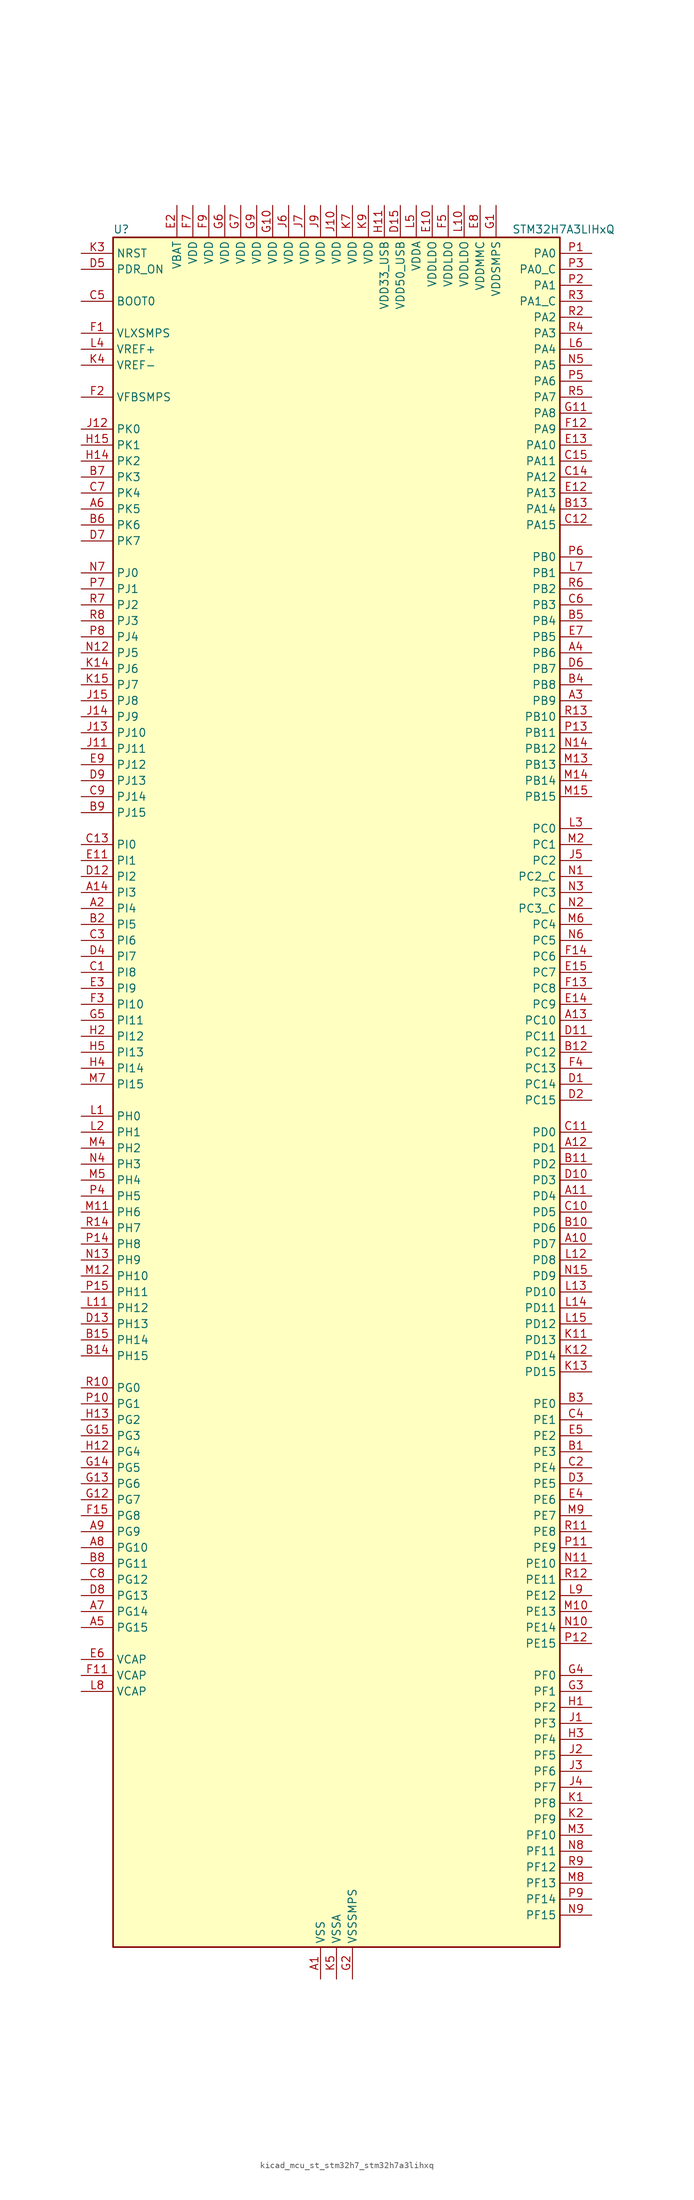
<source format=kicad_sym>
(kicad_symbol_lib
  (version 20220914)
  (generator kicad_symbol_editor)
  (symbol "kicad_mcu_st_stm32h7_stm32h7a3lihxq"
    (property "Reference" "U"
      (at -35.56 138.43 0)
      (effects (font (size 1.27 1.27)) (justify left)))
    (property "Value" "STM32H7A3LIHxQ"
      (at 27.94 138.43 0)
      (effects (font (size 1.27 1.27)) (justify left)))
    (property "ki_locked" ""
      (at 0 0 0)
      (effects (font (size 1.27 1.27))))
    (symbol "kicad_mcu_st_stm32h7_stm32h7a3lihxq_0_1"
      (rectangle (start -35.56 -134.62) (end 35.56 137.16) (stroke (width 0.254) (type default)) (fill (type background))))
    (symbol "kicad_mcu_st_stm32h7_stm32h7a3lihxq_1_1"
      (pin power_in line (at -2.54 -139.7 90) (length 5.08) (name "VSS" (effects (font (size 1.27 1.27)))) (number "A1" (effects (font (size 1.27 1.27)))))
      (pin bidirectional line (at 40.64 -22.86 180) (length 5.08) (name "PD7" (effects (font (size 1.27 1.27)))) (number "A10" (effects (font (size 1.27 1.27)))) (alternate "DFSDM1_CKIN1" bidirectional line) (alternate "DFSDM1_DATIN4" bidirectional line) (alternate "FMC_NE1" bidirectional line) (alternate "I2S1_SDO" bidirectional line) (alternate "OCTOSPIM_P1_IO7" bidirectional line) (alternate "SDMMC2_CMD" bidirectional line) (alternate "SPDIFRX_IN0" bidirectional line) (alternate "SPI1_MOSI" bidirectional line) (alternate "USART2_CK" bidirectional line))
      (pin bidirectional line (at 40.64 -15.24 180) (length 5.08) (name "PD4" (effects (font (size 1.27 1.27)))) (number "A11" (effects (font (size 1.27 1.27)))) (alternate "FMC_NOE" bidirectional line) (alternate "OCTOSPIM_P1_IO4" bidirectional line) (alternate "USART2_DE" bidirectional line) (alternate "USART2_RTS" bidirectional line))
      (pin bidirectional line (at 40.64 -7.62 180) (length 5.08) (name "PD1" (effects (font (size 1.27 1.27)))) (number "A12" (effects (font (size 1.27 1.27)))) (alternate "DFSDM1_DATIN6" bidirectional line) (alternate "FDCAN1_TX" bidirectional line) (alternate "FMC_D3" bidirectional line) (alternate "FMC_DA3" bidirectional line) (alternate "UART4_TX" bidirectional line))
      (pin bidirectional line (at 40.64 12.7 180) (length 5.08) (name "PC10" (effects (font (size 1.27 1.27)))) (number "A13" (effects (font (size 1.27 1.27)))) (alternate "DCMI_D8" bidirectional line) (alternate "DFSDM1_CKIN5" bidirectional line) (alternate "DFSDM2_CKIN0" bidirectional line) (alternate "I2S3_CK" bidirectional line) (alternate "LTDC_B1" bidirectional line) (alternate "LTDC_R2" bidirectional line) (alternate "OCTOSPIM_P1_IO1" bidirectional line) (alternate "PSSI_D8" bidirectional line) (alternate "SDMMC1_D2" bidirectional line) (alternate "SPI3_SCK" bidirectional line) (alternate "SWPMI1_RX" bidirectional line) (alternate "UART4_TX" bidirectional line) (alternate "USART3_TX" bidirectional line))
      (pin bidirectional line (at -40.64 33.02 0) (length 5.08) (name "PI3" (effects (font (size 1.27 1.27)))) (number "A14" (effects (font (size 1.27 1.27)))) (alternate "DCMI_D10" bidirectional line) (alternate "FMC_D27" bidirectional line) (alternate "I2S2_SDO" bidirectional line) (alternate "PSSI_D10" bidirectional line) (alternate "SPI2_MOSI" bidirectional line) (alternate "TIM8_ETR" bidirectional line))
      (pin passive line (at -2.54 -139.7 90) (length 5.08) hide (name "VSS" (effects (font (size 1.27 1.27)))) (number "A15" (effects (font (size 1.27 1.27)))))
      (pin bidirectional line (at -40.64 30.48 0) (length 5.08) (name "PI4" (effects (font (size 1.27 1.27)))) (number "A2" (effects (font (size 1.27 1.27)))) (alternate "DCMI_D5" bidirectional line) (alternate "FMC_NBL2" bidirectional line) (alternate "LTDC_B4" bidirectional line) (alternate "PSSI_D5" bidirectional line) (alternate "SAI2_MCLK_A" bidirectional line) (alternate "TIM8_BKIN" bidirectional line) (alternate "TIM8_BKIN_COMP1" bidirectional line) (alternate "TIM8_BKIN_COMP2" bidirectional line))
      (pin bidirectional line (at 40.64 63.5 180) (length 5.08) (name "PB9" (effects (font (size 1.27 1.27)))) (number "A3" (effects (font (size 1.27 1.27)))) (alternate "DAC1_EXTI9" bidirectional line) (alternate "DCMI_D7" bidirectional line) (alternate "DFSDM1_DATIN7" bidirectional line) (alternate "FDCAN1_TX" bidirectional line) (alternate "I2C1_SDA" bidirectional line) (alternate "I2C4_SDA" bidirectional line) (alternate "I2C4_SMBA" bidirectional line) (alternate "I2S2_WS" bidirectional line) (alternate "LTDC_B7" bidirectional line) (alternate "PSSI_D7" bidirectional line) (alternate "SDMMC1_CDIR" bidirectional line) (alternate "SDMMC1_D5" bidirectional line) (alternate "SDMMC2_D5" bidirectional line) (alternate "SPI2_NSS" bidirectional line) (alternate "TIM17_CH1" bidirectional line) (alternate "TIM4_CH4" bidirectional line) (alternate "UART4_TX" bidirectional line))
      (pin bidirectional line (at 40.64 71.12 180) (length 5.08) (name "PB6" (effects (font (size 1.27 1.27)))) (number "A4" (effects (font (size 1.27 1.27)))) (alternate "CEC" bidirectional line) (alternate "DCMI_D5" bidirectional line) (alternate "DFSDM1_DATIN5" bidirectional line) (alternate "FDCAN2_TX" bidirectional line) (alternate "FMC_SDNE1" bidirectional line) (alternate "I2C1_SCL" bidirectional line) (alternate "I2C4_SCL" bidirectional line) (alternate "LPUART1_TX" bidirectional line) (alternate "OCTOSPIM_P1_NCS" bidirectional line) (alternate "PSSI_D5" bidirectional line) (alternate "TIM16_CH1N" bidirectional line) (alternate "TIM4_CH1" bidirectional line) (alternate "UART5_TX" bidirectional line) (alternate "USART1_TX" bidirectional line))
      (pin bidirectional line (at -40.64 -83.82 0) (length 5.08) (name "PG15" (effects (font (size 1.27 1.27)))) (number "A5" (effects (font (size 1.27 1.27)))) (alternate "ADC1_EXTI15" bidirectional line) (alternate "ADC2_EXTI15" bidirectional line) (alternate "DCMI_D13" bidirectional line) (alternate "FMC_SDNCAS" bidirectional line) (alternate "OCTOSPIM_P2_DQS" bidirectional line) (alternate "PSSI_D13" bidirectional line) (alternate "USART10_CK" bidirectional line) (alternate "USART6_CTS" bidirectional line) (alternate "USART6_NSS" bidirectional line))
      (pin bidirectional line (at -40.64 93.98 0) (length 5.08) (name "PK5" (effects (font (size 1.27 1.27)))) (number "A6" (effects (font (size 1.27 1.27)))) (alternate "LTDC_B6" bidirectional line) (alternate "OCTOSPIM_P2_NCS" bidirectional line))
      (pin bidirectional line (at -40.64 -81.28 0) (length 5.08) (name "PG14" (effects (font (size 1.27 1.27)))) (number "A7" (effects (font (size 1.27 1.27)))) (alternate "DEBUG_TRACED1" bidirectional line) (alternate "FMC_A25" bidirectional line) (alternate "I2S6_SDO" bidirectional line) (alternate "LPTIM1_ETR" bidirectional line) (alternate "LTDC_B0" bidirectional line) (alternate "OCTOSPIM_P1_IO7" bidirectional line) (alternate "SDMMC2_D7" bidirectional line) (alternate "SPI6_MOSI" bidirectional line) (alternate "USART10_DE" bidirectional line) (alternate "USART10_RTS" bidirectional line) (alternate "USART6_TX" bidirectional line))
      (pin bidirectional line (at -40.64 -71.12 0) (length 5.08) (name "PG10" (effects (font (size 1.27 1.27)))) (number "A8" (effects (font (size 1.27 1.27)))) (alternate "DCMI_D2" bidirectional line) (alternate "FMC_NE3" bidirectional line) (alternate "I2S1_WS" bidirectional line) (alternate "LTDC_B2" bidirectional line) (alternate "LTDC_G3" bidirectional line) (alternate "OCTOSPIM_P2_IO6" bidirectional line) (alternate "PSSI_D2" bidirectional line) (alternate "SAI2_SD_B" bidirectional line) (alternate "SDMMC2_D1" bidirectional line) (alternate "SPI1_NSS" bidirectional line))
      (pin bidirectional line (at -40.64 -68.58 0) (length 5.08) (name "PG9" (effects (font (size 1.27 1.27)))) (number "A9" (effects (font (size 1.27 1.27)))) (alternate "DAC1_EXTI9" bidirectional line) (alternate "DCMI_VSYNC" bidirectional line) (alternate "FMC_NCE" bidirectional line) (alternate "FMC_NE2" bidirectional line) (alternate "I2S1_SDI" bidirectional line) (alternate "OCTOSPIM_P1_IO6" bidirectional line) (alternate "PSSI_RDY" bidirectional line) (alternate "SAI2_FS_B" bidirectional line) (alternate "SDMMC2_D0" bidirectional line) (alternate "SPDIFRX_IN3" bidirectional line) (alternate "SPI1_MISO" bidirectional line) (alternate "USART6_RX" bidirectional line))
      (pin bidirectional line (at 40.64 -55.88 180) (length 5.08) (name "PE3" (effects (font (size 1.27 1.27)))) (number "B1" (effects (font (size 1.27 1.27)))) (alternate "DEBUG_TRACED0" bidirectional line) (alternate "FMC_A19" bidirectional line) (alternate "SAI1_SD_B" bidirectional line) (alternate "TIM15_BKIN" bidirectional line) (alternate "USART10_TX" bidirectional line))
      (pin bidirectional line (at 40.64 -20.32 180) (length 5.08) (name "PD6" (effects (font (size 1.27 1.27)))) (number "B10" (effects (font (size 1.27 1.27)))) (alternate "DCMI_D10" bidirectional line) (alternate "DFSDM1_CKIN4" bidirectional line) (alternate "DFSDM1_DATIN1" bidirectional line) (alternate "FMC_NWAIT" bidirectional line) (alternate "I2S3_SDO" bidirectional line) (alternate "LTDC_B2" bidirectional line) (alternate "OCTOSPIM_P1_IO6" bidirectional line) (alternate "PSSI_D10" bidirectional line) (alternate "SAI1_D1" bidirectional line) (alternate "SAI1_SD_A" bidirectional line) (alternate "SDMMC2_CK" bidirectional line) (alternate "SPI3_MOSI" bidirectional line) (alternate "USART2_RX" bidirectional line))
      (pin bidirectional line (at 40.64 -10.16 180) (length 5.08) (name "PD2" (effects (font (size 1.27 1.27)))) (number "B11" (effects (font (size 1.27 1.27)))) (alternate "DCMI_D11" bidirectional line) (alternate "DEBUG_TRACED2" bidirectional line) (alternate "LTDC_B2" bidirectional line) (alternate "LTDC_B7" bidirectional line) (alternate "PSSI_D11" bidirectional line) (alternate "SDMMC1_CMD" bidirectional line) (alternate "TIM15_BKIN" bidirectional line) (alternate "TIM3_ETR" bidirectional line) (alternate "UART5_RX" bidirectional line))
      (pin bidirectional line (at 40.64 7.62 180) (length 5.08) (name "PC12" (effects (font (size 1.27 1.27)))) (number "B12" (effects (font (size 1.27 1.27)))) (alternate "DCMI_D9" bidirectional line) (alternate "DEBUG_TRACED3" bidirectional line) (alternate "DFSDM2_CKOUT" bidirectional line) (alternate "I2S3_SDO" bidirectional line) (alternate "I2S6_CK" bidirectional line) (alternate "LTDC_R6" bidirectional line) (alternate "PSSI_D9" bidirectional line) (alternate "SDMMC1_CK" bidirectional line) (alternate "SPI3_MOSI" bidirectional line) (alternate "SPI6_SCK" bidirectional line) (alternate "TIM15_CH1" bidirectional line) (alternate "UART5_TX" bidirectional line) (alternate "USART3_CK" bidirectional line))
      (pin bidirectional line (at 40.64 93.98 180) (length 5.08) (name "PA14" (effects (font (size 1.27 1.27)))) (number "B13" (effects (font (size 1.27 1.27)))) (alternate "DEBUG_JTCK-SWCLK" bidirectional line))
      (pin bidirectional line (at -40.64 -40.64 0) (length 5.08) (name "PH15" (effects (font (size 1.27 1.27)))) (number "B14" (effects (font (size 1.27 1.27)))) (alternate "ADC1_EXTI15" bidirectional line) (alternate "ADC2_EXTI15" bidirectional line) (alternate "DCMI_D11" bidirectional line) (alternate "FMC_D23" bidirectional line) (alternate "LTDC_G4" bidirectional line) (alternate "PSSI_D11" bidirectional line) (alternate "TIM8_CH3N" bidirectional line))
      (pin bidirectional line (at -40.64 -38.1 0) (length 5.08) (name "PH14" (effects (font (size 1.27 1.27)))) (number "B15" (effects (font (size 1.27 1.27)))) (alternate "DCMI_D4" bidirectional line) (alternate "FDCAN1_RX" bidirectional line) (alternate "FMC_D22" bidirectional line) (alternate "LTDC_G3" bidirectional line) (alternate "PSSI_D4" bidirectional line) (alternate "TIM8_CH2N" bidirectional line) (alternate "UART4_RX" bidirectional line))
      (pin bidirectional line (at -40.64 27.94 0) (length 5.08) (name "PI5" (effects (font (size 1.27 1.27)))) (number "B2" (effects (font (size 1.27 1.27)))) (alternate "DCMI_VSYNC" bidirectional line) (alternate "FMC_NBL3" bidirectional line) (alternate "LTDC_B5" bidirectional line) (alternate "PSSI_RDY" bidirectional line) (alternate "SAI2_SCK_A" bidirectional line) (alternate "TIM8_CH1" bidirectional line))
      (pin bidirectional line (at 40.64 -48.26 180) (length 5.08) (name "PE0" (effects (font (size 1.27 1.27)))) (number "B3" (effects (font (size 1.27 1.27)))) (alternate "DCMI_D2" bidirectional line) (alternate "FMC_NBL0" bidirectional line) (alternate "LPTIM1_ETR" bidirectional line) (alternate "LPTIM2_ETR" bidirectional line) (alternate "LTDC_R0" bidirectional line) (alternate "PSSI_D2" bidirectional line) (alternate "SAI2_MCLK_A" bidirectional line) (alternate "TIM4_ETR" bidirectional line) (alternate "UART8_RX" bidirectional line))
      (pin bidirectional line (at 40.64 66.04 180) (length 5.08) (name "PB8" (effects (font (size 1.27 1.27)))) (number "B4" (effects (font (size 1.27 1.27)))) (alternate "DCMI_D6" bidirectional line) (alternate "DFSDM1_CKIN7" bidirectional line) (alternate "FDCAN1_RX" bidirectional line) (alternate "I2C1_SCL" bidirectional line) (alternate "I2C4_SCL" bidirectional line) (alternate "LTDC_B6" bidirectional line) (alternate "PSSI_D6" bidirectional line) (alternate "SDMMC1_CKIN" bidirectional line) (alternate "SDMMC1_D4" bidirectional line) (alternate "SDMMC2_D4" bidirectional line) (alternate "TIM16_CH1" bidirectional line) (alternate "TIM4_CH3" bidirectional line) (alternate "UART4_RX" bidirectional line))
      (pin bidirectional line (at 40.64 76.2 180) (length 5.08) (name "PB4" (effects (font (size 1.27 1.27)))) (number "B5" (effects (font (size 1.27 1.27)))) (alternate "DEBUG_JTRST" bidirectional line) (alternate "I2S1_SDI" bidirectional line) (alternate "I2S2_WS" bidirectional line) (alternate "I2S3_SDI" bidirectional line) (alternate "I2S6_SDI" bidirectional line) (alternate "SDMMC2_D3" bidirectional line) (alternate "SPI1_MISO" bidirectional line) (alternate "SPI2_NSS" bidirectional line) (alternate "SPI3_MISO" bidirectional line) (alternate "SPI6_MISO" bidirectional line) (alternate "TIM16_BKIN" bidirectional line) (alternate "TIM3_CH1" bidirectional line) (alternate "UART7_TX" bidirectional line))
      (pin bidirectional line (at -40.64 91.44 0) (length 5.08) (name "PK6" (effects (font (size 1.27 1.27)))) (number "B6" (effects (font (size 1.27 1.27)))) (alternate "LTDC_B7" bidirectional line) (alternate "OCTOSPIM_P2_DQS" bidirectional line))
      (pin bidirectional line (at -40.64 99.06 0) (length 5.08) (name "PK3" (effects (font (size 1.27 1.27)))) (number "B7" (effects (font (size 1.27 1.27)))) (alternate "LTDC_B4" bidirectional line) (alternate "OCTOSPIM_P2_IO6" bidirectional line))
      (pin bidirectional line (at -40.64 -73.66 0) (length 5.08) (name "PG11" (effects (font (size 1.27 1.27)))) (number "B8" (effects (font (size 1.27 1.27)))) (alternate "ADC1_EXTI11" bidirectional line) (alternate "ADC2_EXTI11" bidirectional line) (alternate "DCMI_D3" bidirectional line) (alternate "I2S1_CK" bidirectional line) (alternate "LPTIM1_IN2" bidirectional line) (alternate "LTDC_B3" bidirectional line) (alternate "OCTOSPIM_P2_IO7" bidirectional line) (alternate "PSSI_D3" bidirectional line) (alternate "SDMMC2_D2" bidirectional line) (alternate "SPDIFRX_IN0" bidirectional line) (alternate "SPI1_SCK" bidirectional line) (alternate "USART10_RX" bidirectional line))
      (pin bidirectional line (at -40.64 45.72 0) (length 5.08) (name "PJ15" (effects (font (size 1.27 1.27)))) (number "B9" (effects (font (size 1.27 1.27)))) (alternate "ADC1_EXTI15" bidirectional line) (alternate "ADC2_EXTI15" bidirectional line) (alternate "LTDC_B3" bidirectional line))
      (pin bidirectional line (at -40.64 20.32 0) (length 5.08) (name "PI8" (effects (font (size 1.27 1.27)))) (number "C1" (effects (font (size 1.27 1.27)))) (alternate "PWR_WKUP3" bidirectional line) (alternate "RTC_OUT_ALARM" bidirectional line) (alternate "RTC_TAMP2" bidirectional line))
      (pin bidirectional line (at 40.64 -17.78 180) (length 5.08) (name "PD5" (effects (font (size 1.27 1.27)))) (number "C10" (effects (font (size 1.27 1.27)))) (alternate "FMC_NWE" bidirectional line) (alternate "OCTOSPIM_P1_IO5" bidirectional line) (alternate "USART2_TX" bidirectional line))
      (pin bidirectional line (at 40.64 -5.08 180) (length 5.08) (name "PD0" (effects (font (size 1.27 1.27)))) (number "C11" (effects (font (size 1.27 1.27)))) (alternate "DFSDM1_CKIN6" bidirectional line) (alternate "FDCAN1_RX" bidirectional line) (alternate "FMC_D2" bidirectional line) (alternate "FMC_DA2" bidirectional line) (alternate "LTDC_B1" bidirectional line) (alternate "UART4_RX" bidirectional line) (alternate "UART9_CTS" bidirectional line))
      (pin bidirectional line (at 40.64 91.44 180) (length 5.08) (name "PA15" (effects (font (size 1.27 1.27)))) (number "C12" (effects (font (size 1.27 1.27)))) (alternate "ADC1_EXTI15" bidirectional line) (alternate "ADC2_EXTI15" bidirectional line) (alternate "CEC" bidirectional line) (alternate "DEBUG_JTDI" bidirectional line) (alternate "I2S1_WS" bidirectional line) (alternate "I2S3_WS" bidirectional line) (alternate "I2S6_WS" bidirectional line) (alternate "LTDC_B6" bidirectional line) (alternate "LTDC_R3" bidirectional line) (alternate "SPI1_NSS" bidirectional line) (alternate "SPI3_NSS" bidirectional line) (alternate "SPI6_NSS" bidirectional line) (alternate "TIM2_CH1" bidirectional line) (alternate "TIM2_ETR" bidirectional line) (alternate "UART4_DE" bidirectional line) (alternate "UART4_RTS" bidirectional line) (alternate "UART7_TX" bidirectional line))
      (pin bidirectional line (at -40.64 40.64 0) (length 5.08) (name "PI0" (effects (font (size 1.27 1.27)))) (number "C13" (effects (font (size 1.27 1.27)))) (alternate "DCMI_D13" bidirectional line) (alternate "FMC_D24" bidirectional line) (alternate "I2S2_WS" bidirectional line) (alternate "LTDC_G5" bidirectional line) (alternate "PSSI_D13" bidirectional line) (alternate "SPI2_NSS" bidirectional line) (alternate "TIM5_CH4" bidirectional line))
      (pin bidirectional line (at 40.64 99.06 180) (length 5.08) (name "PA12" (effects (font (size 1.27 1.27)))) (number "C14" (effects (font (size 1.27 1.27)))) (alternate "FDCAN1_TX" bidirectional line) (alternate "I2S2_CK" bidirectional line) (alternate "LPUART1_DE" bidirectional line) (alternate "LPUART1_RTS" bidirectional line) (alternate "LTDC_R5" bidirectional line) (alternate "SAI2_FS_B" bidirectional line) (alternate "SPI2_SCK" bidirectional line) (alternate "TIM1_ETR" bidirectional line) (alternate "UART4_TX" bidirectional line) (alternate "USART1_DE" bidirectional line) (alternate "USART1_RTS" bidirectional line) (alternate "USB_OTG_HS_DP" bidirectional line))
      (pin bidirectional line (at 40.64 101.6 180) (length 5.08) (name "PA11" (effects (font (size 1.27 1.27)))) (number "C15" (effects (font (size 1.27 1.27)))) (alternate "ADC1_EXTI11" bidirectional line) (alternate "ADC2_EXTI11" bidirectional line) (alternate "FDCAN1_RX" bidirectional line) (alternate "I2S2_WS" bidirectional line) (alternate "LPUART1_CTS" bidirectional line) (alternate "LTDC_R4" bidirectional line) (alternate "SPI2_NSS" bidirectional line) (alternate "TIM1_CH4" bidirectional line) (alternate "UART4_RX" bidirectional line) (alternate "USART1_CTS" bidirectional line) (alternate "USART1_NSS" bidirectional line) (alternate "USB_OTG_HS_DM" bidirectional line))
      (pin bidirectional line (at 40.64 -58.42 180) (length 5.08) (name "PE4" (effects (font (size 1.27 1.27)))) (number "C2" (effects (font (size 1.27 1.27)))) (alternate "DCMI_D4" bidirectional line) (alternate "DEBUG_TRACED1" bidirectional line) (alternate "DFSDM1_DATIN3" bidirectional line) (alternate "FMC_A20" bidirectional line) (alternate "LTDC_B0" bidirectional line) (alternate "PSSI_D4" bidirectional line) (alternate "SAI1_D2" bidirectional line) (alternate "SAI1_FS_A" bidirectional line) (alternate "SPI4_NSS" bidirectional line) (alternate "TIM15_CH1N" bidirectional line))
      (pin bidirectional line (at -40.64 25.4 0) (length 5.08) (name "PI6" (effects (font (size 1.27 1.27)))) (number "C3" (effects (font (size 1.27 1.27)))) (alternate "DCMI_D6" bidirectional line) (alternate "FMC_D28" bidirectional line) (alternate "LTDC_B6" bidirectional line) (alternate "PSSI_D6" bidirectional line) (alternate "SAI2_SD_A" bidirectional line) (alternate "TIM8_CH2" bidirectional line))
      (pin bidirectional line (at 40.64 -50.8 180) (length 5.08) (name "PE1" (effects (font (size 1.27 1.27)))) (number "C4" (effects (font (size 1.27 1.27)))) (alternate "DCMI_D3" bidirectional line) (alternate "FMC_NBL1" bidirectional line) (alternate "LPTIM1_IN2" bidirectional line) (alternate "LTDC_R6" bidirectional line) (alternate "PSSI_D3" bidirectional line) (alternate "UART8_TX" bidirectional line))
      (pin input line (at -40.64 127 0) (length 5.08) (name "BOOT0" (effects (font (size 1.27 1.27)))) (number "C5" (effects (font (size 1.27 1.27)))))
      (pin bidirectional line (at 40.64 78.74 180) (length 5.08) (name "PB3" (effects (font (size 1.27 1.27)))) (number "C6" (effects (font (size 1.27 1.27)))) (alternate "CRS_SYNC" bidirectional line) (alternate "DEBUG_JTDO-SWO" bidirectional line) (alternate "I2S1_CK" bidirectional line) (alternate "I2S3_CK" bidirectional line) (alternate "I2S6_CK" bidirectional line) (alternate "SDMMC2_D2" bidirectional line) (alternate "SPI1_SCK" bidirectional line) (alternate "SPI3_SCK" bidirectional line) (alternate "SPI6_SCK" bidirectional line) (alternate "TIM2_CH2" bidirectional line) (alternate "UART7_RX" bidirectional line))
      (pin bidirectional line (at -40.64 96.52 0) (length 5.08) (name "PK4" (effects (font (size 1.27 1.27)))) (number "C7" (effects (font (size 1.27 1.27)))) (alternate "LTDC_B5" bidirectional line) (alternate "OCTOSPIM_P2_IO7" bidirectional line))
      (pin bidirectional line (at -40.64 -76.2 0) (length 5.08) (name "PG12" (effects (font (size 1.27 1.27)))) (number "C8" (effects (font (size 1.27 1.27)))) (alternate "FMC_NE4" bidirectional line) (alternate "I2S6_SDI" bidirectional line) (alternate "LPTIM1_IN1" bidirectional line) (alternate "LTDC_B1" bidirectional line) (alternate "LTDC_B4" bidirectional line) (alternate "OCTOSPIM_P2_NCS" bidirectional line) (alternate "SDMMC2_D3" bidirectional line) (alternate "SPDIFRX_IN1" bidirectional line) (alternate "SPI6_MISO" bidirectional line) (alternate "USART10_TX" bidirectional line) (alternate "USART6_DE" bidirectional line) (alternate "USART6_RTS" bidirectional line))
      (pin bidirectional line (at -40.64 48.26 0) (length 5.08) (name "PJ14" (effects (font (size 1.27 1.27)))) (number "C9" (effects (font (size 1.27 1.27)))) (alternate "LTDC_B2" bidirectional line))
      (pin bidirectional line (at 40.64 2.54 180) (length 5.08) (name "PC14" (effects (font (size 1.27 1.27)))) (number "D1" (effects (font (size 1.27 1.27)))) (alternate "RCC_OSC32_IN" bidirectional line))
      (pin bidirectional line (at 40.64 -12.7 180) (length 5.08) (name "PD3" (effects (font (size 1.27 1.27)))) (number "D10" (effects (font (size 1.27 1.27)))) (alternate "DCMI_D5" bidirectional line) (alternate "DFSDM1_CKOUT" bidirectional line) (alternate "FMC_CLK" bidirectional line) (alternate "I2S2_CK" bidirectional line) (alternate "LTDC_G7" bidirectional line) (alternate "PSSI_D5" bidirectional line) (alternate "SPI2_SCK" bidirectional line) (alternate "USART2_CTS" bidirectional line) (alternate "USART2_NSS" bidirectional line))
      (pin bidirectional line (at 40.64 10.16 180) (length 5.08) (name "PC11" (effects (font (size 1.27 1.27)))) (number "D11" (effects (font (size 1.27 1.27)))) (alternate "ADC1_EXTI11" bidirectional line) (alternate "ADC2_EXTI11" bidirectional line) (alternate "DCMI_D4" bidirectional line) (alternate "DFSDM1_DATIN5" bidirectional line) (alternate "DFSDM2_DATIN0" bidirectional line) (alternate "I2S3_SDI" bidirectional line) (alternate "LTDC_B4" bidirectional line) (alternate "OCTOSPIM_P1_NCS" bidirectional line) (alternate "PSSI_D4" bidirectional line) (alternate "SDMMC1_D3" bidirectional line) (alternate "SPI3_MISO" bidirectional line) (alternate "UART4_RX" bidirectional line) (alternate "USART3_RX" bidirectional line))
      (pin bidirectional line (at -40.64 35.56 0) (length 5.08) (name "PI2" (effects (font (size 1.27 1.27)))) (number "D12" (effects (font (size 1.27 1.27)))) (alternate "DCMI_D9" bidirectional line) (alternate "FMC_D26" bidirectional line) (alternate "I2S2_SDI" bidirectional line) (alternate "LTDC_G7" bidirectional line) (alternate "PSSI_D9" bidirectional line) (alternate "SPI2_MISO" bidirectional line) (alternate "TIM8_CH4" bidirectional line))
      (pin bidirectional line (at -40.64 -35.56 0) (length 5.08) (name "PH13" (effects (font (size 1.27 1.27)))) (number "D13" (effects (font (size 1.27 1.27)))) (alternate "FDCAN1_TX" bidirectional line) (alternate "FMC_D21" bidirectional line) (alternate "LTDC_G2" bidirectional line) (alternate "TIM8_CH1N" bidirectional line) (alternate "UART4_TX" bidirectional line))
      (pin passive line (at -2.54 -139.7 90) (length 5.08) hide (name "VSS" (effects (font (size 1.27 1.27)))) (number "D14" (effects (font (size 1.27 1.27)))))
      (pin power_in line (at 10.16 142.24 270) (length 5.08) (name "VDD50_USB" (effects (font (size 1.27 1.27)))) (number "D15" (effects (font (size 1.27 1.27)))))
      (pin bidirectional line (at 40.64 0 180) (length 5.08) (name "PC15" (effects (font (size 1.27 1.27)))) (number "D2" (effects (font (size 1.27 1.27)))) (alternate "ADC1_EXTI15" bidirectional line) (alternate "ADC2_EXTI15" bidirectional line) (alternate "RCC_OSC32_OUT" bidirectional line))
      (pin bidirectional line (at 40.64 -60.96 180) (length 5.08) (name "PE5" (effects (font (size 1.27 1.27)))) (number "D3" (effects (font (size 1.27 1.27)))) (alternate "DCMI_D6" bidirectional line) (alternate "DEBUG_TRACED2" bidirectional line) (alternate "DFSDM1_CKIN3" bidirectional line) (alternate "FMC_A21" bidirectional line) (alternate "LTDC_G0" bidirectional line) (alternate "PSSI_D6" bidirectional line) (alternate "SAI1_CK2" bidirectional line) (alternate "SAI1_SCK_A" bidirectional line) (alternate "SPI4_MISO" bidirectional line) (alternate "TIM15_CH1" bidirectional line))
      (pin bidirectional line (at -40.64 22.86 0) (length 5.08) (name "PI7" (effects (font (size 1.27 1.27)))) (number "D4" (effects (font (size 1.27 1.27)))) (alternate "DCMI_D7" bidirectional line) (alternate "FMC_D29" bidirectional line) (alternate "LTDC_B7" bidirectional line) (alternate "PSSI_D7" bidirectional line) (alternate "SAI2_FS_A" bidirectional line) (alternate "TIM8_CH3" bidirectional line))
      (pin input line (at -40.64 132.08 0) (length 5.08) (name "PDR_ON" (effects (font (size 1.27 1.27)))) (number "D5" (effects (font (size 1.27 1.27)))))
      (pin bidirectional line (at 40.64 68.58 180) (length 5.08) (name "PB7" (effects (font (size 1.27 1.27)))) (number "D6" (effects (font (size 1.27 1.27)))) (alternate "DCMI_VSYNC" bidirectional line) (alternate "DFSDM1_CKIN5" bidirectional line) (alternate "FMC_NL" bidirectional line) (alternate "I2C1_SDA" bidirectional line) (alternate "I2C4_SDA" bidirectional line) (alternate "LPUART1_RX" bidirectional line) (alternate "PSSI_RDY" bidirectional line) (alternate "PWR_PVD_IN" bidirectional line) (alternate "TIM17_CH1N" bidirectional line) (alternate "TIM4_CH2" bidirectional line) (alternate "USART1_RX" bidirectional line))
      (pin bidirectional line (at -40.64 88.9 0) (length 5.08) (name "PK7" (effects (font (size 1.27 1.27)))) (number "D7" (effects (font (size 1.27 1.27)))) (alternate "LTDC_DE" bidirectional line))
      (pin bidirectional line (at -40.64 -78.74 0) (length 5.08) (name "PG13" (effects (font (size 1.27 1.27)))) (number "D8" (effects (font (size 1.27 1.27)))) (alternate "DEBUG_TRACED0" bidirectional line) (alternate "FMC_A24" bidirectional line) (alternate "I2S6_CK" bidirectional line) (alternate "LPTIM1_OUT" bidirectional line) (alternate "LTDC_R0" bidirectional line) (alternate "SDMMC2_D6" bidirectional line) (alternate "SPI6_SCK" bidirectional line) (alternate "USART10_CTS" bidirectional line) (alternate "USART10_NSS" bidirectional line) (alternate "USART6_CTS" bidirectional line) (alternate "USART6_NSS" bidirectional line))
      (pin bidirectional line (at -40.64 50.8 0) (length 5.08) (name "PJ13" (effects (font (size 1.27 1.27)))) (number "D9" (effects (font (size 1.27 1.27)))) (alternate "LTDC_B1" bidirectional line) (alternate "LTDC_B4" bidirectional line))
      (pin passive line (at -2.54 -139.7 90) (length 5.08) hide (name "VSS" (effects (font (size 1.27 1.27)))) (number "E1" (effects (font (size 1.27 1.27)))))
      (pin power_in line (at 15.24 142.24 270) (length 5.08) (name "VDDLDO" (effects (font (size 1.27 1.27)))) (number "E10" (effects (font (size 1.27 1.27)))))
      (pin bidirectional line (at -40.64 38.1 0) (length 5.08) (name "PI1" (effects (font (size 1.27 1.27)))) (number "E11" (effects (font (size 1.27 1.27)))) (alternate "DCMI_D8" bidirectional line) (alternate "FMC_D25" bidirectional line) (alternate "I2S2_CK" bidirectional line) (alternate "LTDC_G6" bidirectional line) (alternate "PSSI_D8" bidirectional line) (alternate "SPI2_SCK" bidirectional line) (alternate "TIM8_BKIN2" bidirectional line) (alternate "TIM8_BKIN2_COMP1" bidirectional line) (alternate "TIM8_BKIN2_COMP2" bidirectional line))
      (pin bidirectional line (at 40.64 96.52 180) (length 5.08) (name "PA13" (effects (font (size 1.27 1.27)))) (number "E12" (effects (font (size 1.27 1.27)))) (alternate "DEBUG_JTMS-SWDIO" bidirectional line))
      (pin bidirectional line (at 40.64 104.14 180) (length 5.08) (name "PA10" (effects (font (size 1.27 1.27)))) (number "E13" (effects (font (size 1.27 1.27)))) (alternate "DCMI_D1" bidirectional line) (alternate "LPUART1_RX" bidirectional line) (alternate "LTDC_B1" bidirectional line) (alternate "LTDC_B4" bidirectional line) (alternate "MDIOS_MDIO" bidirectional line) (alternate "PSSI_D1" bidirectional line) (alternate "TIM1_CH3" bidirectional line) (alternate "USART1_RX" bidirectional line) (alternate "USB_OTG_HS_ID" bidirectional line))
      (pin bidirectional line (at 40.64 15.24 180) (length 5.08) (name "PC9" (effects (font (size 1.27 1.27)))) (number "E14" (effects (font (size 1.27 1.27)))) (alternate "DAC1_EXTI9" bidirectional line) (alternate "DCMI_D3" bidirectional line) (alternate "I2C3_SDA" bidirectional line) (alternate "I2S_CKIN" bidirectional line) (alternate "LTDC_B2" bidirectional line) (alternate "LTDC_G3" bidirectional line) (alternate "OCTOSPIM_P1_IO0" bidirectional line) (alternate "PSSI_D3" bidirectional line) (alternate "RCC_MCO_2" bidirectional line) (alternate "SDMMC1_D1" bidirectional line) (alternate "SWPMI1_SUSPEND" bidirectional line) (alternate "TIM3_CH4" bidirectional line) (alternate "TIM8_CH4" bidirectional line) (alternate "UART5_CTS" bidirectional line))
      (pin bidirectional line (at 40.64 20.32 180) (length 5.08) (name "PC7" (effects (font (size 1.27 1.27)))) (number "E15" (effects (font (size 1.27 1.27)))) (alternate "DCMI_D1" bidirectional line) (alternate "DEBUG_TRGIO" bidirectional line) (alternate "DFSDM1_DATIN3" bidirectional line) (alternate "FMC_NE1" bidirectional line) (alternate "I2S3_MCK" bidirectional line) (alternate "LTDC_G6" bidirectional line) (alternate "PSSI_D1" bidirectional line) (alternate "SDMMC1_D123DIR" bidirectional line) (alternate "SDMMC1_D7" bidirectional line) (alternate "SDMMC2_D7" bidirectional line) (alternate "SWPMI1_TX" bidirectional line) (alternate "TIM3_CH2" bidirectional line) (alternate "TIM8_CH2" bidirectional line) (alternate "USART6_RX" bidirectional line))
      (pin power_in line (at -25.4 142.24 270) (length 5.08) (name "VBAT" (effects (font (size 1.27 1.27)))) (number "E2" (effects (font (size 1.27 1.27)))))
      (pin bidirectional line (at -40.64 17.78 0) (length 5.08) (name "PI9" (effects (font (size 1.27 1.27)))) (number "E3" (effects (font (size 1.27 1.27)))) (alternate "DAC1_EXTI9" bidirectional line) (alternate "FDCAN1_RX" bidirectional line) (alternate "FMC_D30" bidirectional line) (alternate "LTDC_VSYNC" bidirectional line) (alternate "OCTOSPIM_P2_IO0" bidirectional line) (alternate "UART4_RX" bidirectional line))
      (pin bidirectional line (at 40.64 -63.5 180) (length 5.08) (name "PE6" (effects (font (size 1.27 1.27)))) (number "E4" (effects (font (size 1.27 1.27)))) (alternate "DCMI_D7" bidirectional line) (alternate "DEBUG_TRACED3" bidirectional line) (alternate "FMC_A22" bidirectional line) (alternate "LTDC_G1" bidirectional line) (alternate "PSSI_D7" bidirectional line) (alternate "SAI1_D1" bidirectional line) (alternate "SAI1_SD_A" bidirectional line) (alternate "SAI2_MCLK_B" bidirectional line) (alternate "SPI4_MOSI" bidirectional line) (alternate "TIM15_CH2" bidirectional line) (alternate "TIM1_BKIN2" bidirectional line) (alternate "TIM1_BKIN2_COMP1" bidirectional line) (alternate "TIM1_BKIN2_COMP2" bidirectional line))
      (pin bidirectional line (at 40.64 -53.34 180) (length 5.08) (name "PE2" (effects (font (size 1.27 1.27)))) (number "E5" (effects (font (size 1.27 1.27)))) (alternate "DEBUG_TRACECLK" bidirectional line) (alternate "FMC_A23" bidirectional line) (alternate "OCTOSPIM_P1_IO2" bidirectional line) (alternate "SAI1_CK1" bidirectional line) (alternate "SAI1_MCLK_A" bidirectional line) (alternate "SPI4_SCK" bidirectional line) (alternate "USART10_RX" bidirectional line))
      (pin power_out line (at -40.64 -88.9 0) (length 5.08) (name "VCAP" (effects (font (size 1.27 1.27)))) (number "E6" (effects (font (size 1.27 1.27)))))
      (pin bidirectional line (at 40.64 73.66 180) (length 5.08) (name "PB5" (effects (font (size 1.27 1.27)))) (number "E7" (effects (font (size 1.27 1.27)))) (alternate "DCMI_D10" bidirectional line) (alternate "FDCAN2_RX" bidirectional line) (alternate "FMC_SDCKE1" bidirectional line) (alternate "I2C1_SMBA" bidirectional line) (alternate "I2C4_SMBA" bidirectional line) (alternate "I2S1_SDO" bidirectional line) (alternate "I2S3_SDO" bidirectional line) (alternate "I2S6_SDO" bidirectional line) (alternate "LTDC_B5" bidirectional line) (alternate "PSSI_D10" bidirectional line) (alternate "SPI1_MOSI" bidirectional line) (alternate "SPI3_MOSI" bidirectional line) (alternate "SPI6_MOSI" bidirectional line) (alternate "TIM17_BKIN" bidirectional line) (alternate "TIM3_CH2" bidirectional line) (alternate "UART5_RX" bidirectional line) (alternate "USB_OTG_HS_ULPI_D7" bidirectional line))
      (pin power_in line (at 22.86 142.24 270) (length 5.08) (name "VDDMMC" (effects (font (size 1.27 1.27)))) (number "E8" (effects (font (size 1.27 1.27)))))
      (pin bidirectional line (at -40.64 53.34 0) (length 5.08) (name "PJ12" (effects (font (size 1.27 1.27)))) (number "E9" (effects (font (size 1.27 1.27)))) (alternate "DEBUG_TRGOUT" bidirectional line) (alternate "LTDC_B0" bidirectional line) (alternate "LTDC_G3" bidirectional line))
      (pin power_in line (at -40.64 121.92 0) (length 5.08) (name "VLXSMPS" (effects (font (size 1.27 1.27)))) (number "F1" (effects (font (size 1.27 1.27)))))
      (pin passive line (at -2.54 -139.7 90) (length 5.08) hide (name "VSS" (effects (font (size 1.27 1.27)))) (number "F10" (effects (font (size 1.27 1.27)))))
      (pin power_out line (at -40.64 -91.44 0) (length 5.08) (name "VCAP" (effects (font (size 1.27 1.27)))) (number "F11" (effects (font (size 1.27 1.27)))))
      (pin bidirectional line (at 40.64 106.68 180) (length 5.08) (name "PA9" (effects (font (size 1.27 1.27)))) (number "F12" (effects (font (size 1.27 1.27)))) (alternate "DAC1_EXTI9" bidirectional line) (alternate "DCMI_D0" bidirectional line) (alternate "I2C3_SMBA" bidirectional line) (alternate "I2S2_CK" bidirectional line) (alternate "LPUART1_TX" bidirectional line) (alternate "LTDC_R5" bidirectional line) (alternate "PSSI_D0" bidirectional line) (alternate "SPI2_SCK" bidirectional line) (alternate "TIM1_CH2" bidirectional line) (alternate "USART1_TX" bidirectional line) (alternate "USB_OTG_HS_VBUS" bidirectional line))
      (pin bidirectional line (at 40.64 17.78 180) (length 5.08) (name "PC8" (effects (font (size 1.27 1.27)))) (number "F13" (effects (font (size 1.27 1.27)))) (alternate "DCMI_D2" bidirectional line) (alternate "DEBUG_TRACED1" bidirectional line) (alternate "FMC_INT" bidirectional line) (alternate "FMC_NCE" bidirectional line) (alternate "FMC_NE2" bidirectional line) (alternate "PSSI_D2" bidirectional line) (alternate "SDMMC1_D0" bidirectional line) (alternate "SWPMI1_RX" bidirectional line) (alternate "TIM3_CH3" bidirectional line) (alternate "TIM8_CH3" bidirectional line) (alternate "UART5_DE" bidirectional line) (alternate "UART5_RTS" bidirectional line) (alternate "USART6_CK" bidirectional line))
      (pin bidirectional line (at 40.64 22.86 180) (length 5.08) (name "PC6" (effects (font (size 1.27 1.27)))) (number "F14" (effects (font (size 1.27 1.27)))) (alternate "DCMI_D0" bidirectional line) (alternate "DFSDM1_CKIN3" bidirectional line) (alternate "FMC_NWAIT" bidirectional line) (alternate "I2S2_MCK" bidirectional line) (alternate "LTDC_HSYNC" bidirectional line) (alternate "PSSI_D0" bidirectional line) (alternate "SDMMC1_D0DIR" bidirectional line) (alternate "SDMMC1_D6" bidirectional line) (alternate "SDMMC2_D6" bidirectional line) (alternate "SWPMI1_IO" bidirectional line) (alternate "TIM3_CH1" bidirectional line) (alternate "TIM8_CH1" bidirectional line) (alternate "USART6_TX" bidirectional line))
      (pin bidirectional line (at -40.64 -66.04 0) (length 5.08) (name "PG8" (effects (font (size 1.27 1.27)))) (number "F15" (effects (font (size 1.27 1.27)))) (alternate "FMC_SDCLK" bidirectional line) (alternate "I2S6_WS" bidirectional line) (alternate "LTDC_G7" bidirectional line) (alternate "SPDIFRX_IN2" bidirectional line) (alternate "SPI6_NSS" bidirectional line) (alternate "TIM8_ETR" bidirectional line) (alternate "USART6_DE" bidirectional line) (alternate "USART6_RTS" bidirectional line))
      (pin input line (at -40.64 111.76 0) (length 5.08) (name "VFBSMPS" (effects (font (size 1.27 1.27)))) (number "F2" (effects (font (size 1.27 1.27)))))
      (pin bidirectional line (at -40.64 15.24 0) (length 5.08) (name "PI10" (effects (font (size 1.27 1.27)))) (number "F3" (effects (font (size 1.27 1.27)))) (alternate "FMC_D31" bidirectional line) (alternate "LTDC_HSYNC" bidirectional line) (alternate "OCTOSPIM_P2_IO1" bidirectional line) (alternate "PSSI_D14" bidirectional line))
      (pin bidirectional line (at 40.64 5.08 180) (length 5.08) (name "PC13" (effects (font (size 1.27 1.27)))) (number "F4" (effects (font (size 1.27 1.27)))) (alternate "PWR_WKUP4" bidirectional line) (alternate "RTC_OUT_ALARM" bidirectional line) (alternate "RTC_OUT_CALIB" bidirectional line) (alternate "RTC_TAMP1" bidirectional line) (alternate "RTC_TS" bidirectional line))
      (pin power_in line (at 17.78 142.24 270) (length 5.08) (name "VDDLDO" (effects (font (size 1.27 1.27)))) (number "F5" (effects (font (size 1.27 1.27)))))
      (pin passive line (at -2.54 -139.7 90) (length 5.08) hide (name "VSS" (effects (font (size 1.27 1.27)))) (number "F6" (effects (font (size 1.27 1.27)))))
      (pin power_in line (at -22.86 142.24 270) (length 5.08) (name "VDD" (effects (font (size 1.27 1.27)))) (number "F7" (effects (font (size 1.27 1.27)))))
      (pin passive line (at -2.54 -139.7 90) (length 5.08) hide (name "VSS" (effects (font (size 1.27 1.27)))) (number "F8" (effects (font (size 1.27 1.27)))))
      (pin power_in line (at -20.32 142.24 270) (length 5.08) (name "VDD" (effects (font (size 1.27 1.27)))) (number "F9" (effects (font (size 1.27 1.27)))))
      (pin power_in line (at 25.4 142.24 270) (length 5.08) (name "VDDSMPS" (effects (font (size 1.27 1.27)))) (number "G1" (effects (font (size 1.27 1.27)))))
      (pin power_in line (at -10.16 142.24 270) (length 5.08) (name "VDD" (effects (font (size 1.27 1.27)))) (number "G10" (effects (font (size 1.27 1.27)))))
      (pin bidirectional line (at 40.64 109.22 180) (length 5.08) (name "PA8" (effects (font (size 1.27 1.27)))) (number "G11" (effects (font (size 1.27 1.27)))) (alternate "I2C3_SCL" bidirectional line) (alternate "LTDC_B3" bidirectional line) (alternate "LTDC_R6" bidirectional line) (alternate "RCC_MCO_1" bidirectional line) (alternate "TIM1_CH1" bidirectional line) (alternate "TIM8_BKIN2" bidirectional line) (alternate "TIM8_BKIN2_COMP1" bidirectional line) (alternate "TIM8_BKIN2_COMP2" bidirectional line) (alternate "UART7_RX" bidirectional line) (alternate "USART1_CK" bidirectional line) (alternate "USB_OTG_HS_SOF" bidirectional line))
      (pin bidirectional line (at -40.64 -63.5 0) (length 5.08) (name "PG7" (effects (font (size 1.27 1.27)))) (number "G12" (effects (font (size 1.27 1.27)))) (alternate "DCMI_D13" bidirectional line) (alternate "FMC_INT" bidirectional line) (alternate "LTDC_CLK" bidirectional line) (alternate "OCTOSPIM_P2_DQS" bidirectional line) (alternate "PSSI_D13" bidirectional line) (alternate "SAI1_MCLK_A" bidirectional line) (alternate "USART6_CK" bidirectional line))
      (pin bidirectional line (at -40.64 -60.96 0) (length 5.08) (name "PG6" (effects (font (size 1.27 1.27)))) (number "G13" (effects (font (size 1.27 1.27)))) (alternate "DCMI_D12" bidirectional line) (alternate "FMC_NE3" bidirectional line) (alternate "LTDC_R7" bidirectional line) (alternate "OCTOSPIM_P1_NCS" bidirectional line) (alternate "PSSI_D12" bidirectional line) (alternate "TIM17_BKIN" bidirectional line))
      (pin bidirectional line (at -40.64 -58.42 0) (length 5.08) (name "PG5" (effects (font (size 1.27 1.27)))) (number "G14" (effects (font (size 1.27 1.27)))) (alternate "FMC_A15" bidirectional line) (alternate "FMC_BA1" bidirectional line) (alternate "TIM1_ETR" bidirectional line))
      (pin bidirectional line (at -40.64 -53.34 0) (length 5.08) (name "PG3" (effects (font (size 1.27 1.27)))) (number "G15" (effects (font (size 1.27 1.27)))) (alternate "FMC_A13" bidirectional line) (alternate "TIM8_BKIN2" bidirectional line) (alternate "TIM8_BKIN2_COMP1" bidirectional line) (alternate "TIM8_BKIN2_COMP2" bidirectional line))
      (pin power_in line (at 2.54 -139.7 90) (length 5.08) (name "VSSSMPS" (effects (font (size 1.27 1.27)))) (number "G2" (effects (font (size 1.27 1.27)))))
      (pin bidirectional line (at 40.64 -93.98 180) (length 5.08) (name "PF1" (effects (font (size 1.27 1.27)))) (number "G3" (effects (font (size 1.27 1.27)))) (alternate "FMC_A1" bidirectional line) (alternate "I2C2_SCL" bidirectional line) (alternate "OCTOSPIM_P2_IO1" bidirectional line))
      (pin bidirectional line (at 40.64 -91.44 180) (length 5.08) (name "PF0" (effects (font (size 1.27 1.27)))) (number "G4" (effects (font (size 1.27 1.27)))) (alternate "FMC_A0" bidirectional line) (alternate "I2C2_SDA" bidirectional line) (alternate "OCTOSPIM_P2_IO0" bidirectional line))
      (pin bidirectional line (at -40.64 12.7 0) (length 5.08) (name "PI11" (effects (font (size 1.27 1.27)))) (number "G5" (effects (font (size 1.27 1.27)))) (alternate "ADC1_EXTI11" bidirectional line) (alternate "ADC2_EXTI11" bidirectional line) (alternate "LTDC_G6" bidirectional line) (alternate "OCTOSPIM_P2_IO2" bidirectional line) (alternate "PSSI_D15" bidirectional line) (alternate "PWR_WKUP5" bidirectional line) (alternate "USB_OTG_HS_ULPI_DIR" bidirectional line))
      (pin power_in line (at -17.78 142.24 270) (length 5.08) (name "VDD" (effects (font (size 1.27 1.27)))) (number "G6" (effects (font (size 1.27 1.27)))))
      (pin power_in line (at -15.24 142.24 270) (length 5.08) (name "VDD" (effects (font (size 1.27 1.27)))) (number "G7" (effects (font (size 1.27 1.27)))))
      (pin passive line (at -2.54 -139.7 90) (length 5.08) hide (name "VSS" (effects (font (size 1.27 1.27)))) (number "G8" (effects (font (size 1.27 1.27)))))
      (pin power_in line (at -12.7 142.24 270) (length 5.08) (name "VDD" (effects (font (size 1.27 1.27)))) (number "G9" (effects (font (size 1.27 1.27)))))
      (pin bidirectional line (at 40.64 -96.52 180) (length 5.08) (name "PF2" (effects (font (size 1.27 1.27)))) (number "H1" (effects (font (size 1.27 1.27)))) (alternate "FMC_A2" bidirectional line) (alternate "I2C2_SMBA" bidirectional line) (alternate "OCTOSPIM_P2_IO2" bidirectional line))
      (pin passive line (at -2.54 -139.7 90) (length 5.08) hide (name "VSS" (effects (font (size 1.27 1.27)))) (number "H10" (effects (font (size 1.27 1.27)))))
      (pin power_in line (at 7.62 142.24 270) (length 5.08) (name "VDD33_USB" (effects (font (size 1.27 1.27)))) (number "H11" (effects (font (size 1.27 1.27)))))
      (pin bidirectional line (at -40.64 -55.88 0) (length 5.08) (name "PG4" (effects (font (size 1.27 1.27)))) (number "H12" (effects (font (size 1.27 1.27)))) (alternate "FMC_A14" bidirectional line) (alternate "FMC_BA0" bidirectional line) (alternate "TIM1_BKIN2" bidirectional line) (alternate "TIM1_BKIN2_COMP1" bidirectional line) (alternate "TIM1_BKIN2_COMP2" bidirectional line))
      (pin bidirectional line (at -40.64 -50.8 0) (length 5.08) (name "PG2" (effects (font (size 1.27 1.27)))) (number "H13" (effects (font (size 1.27 1.27)))) (alternate "FMC_A12" bidirectional line) (alternate "TIM8_BKIN" bidirectional line) (alternate "TIM8_BKIN_COMP1" bidirectional line) (alternate "TIM8_BKIN_COMP2" bidirectional line))
      (pin bidirectional line (at -40.64 101.6 0) (length 5.08) (name "PK2" (effects (font (size 1.27 1.27)))) (number "H14" (effects (font (size 1.27 1.27)))) (alternate "LTDC_G7" bidirectional line) (alternate "TIM1_BKIN" bidirectional line) (alternate "TIM1_BKIN_COMP1" bidirectional line) (alternate "TIM1_BKIN_COMP2" bidirectional line) (alternate "TIM8_BKIN" bidirectional line) (alternate "TIM8_BKIN_COMP1" bidirectional line) (alternate "TIM8_BKIN_COMP2" bidirectional line))
      (pin bidirectional line (at -40.64 104.14 0) (length 5.08) (name "PK1" (effects (font (size 1.27 1.27)))) (number "H15" (effects (font (size 1.27 1.27)))) (alternate "LTDC_G6" bidirectional line) (alternate "SPI5_NSS" bidirectional line) (alternate "TIM1_CH1" bidirectional line) (alternate "TIM8_CH3N" bidirectional line))
      (pin bidirectional line (at -40.64 10.16 0) (length 5.08) (name "PI12" (effects (font (size 1.27 1.27)))) (number "H2" (effects (font (size 1.27 1.27)))) (alternate "LTDC_HSYNC" bidirectional line) (alternate "OCTOSPIM_P2_IO3" bidirectional line))
      (pin bidirectional line (at 40.64 -101.6 180) (length 5.08) (name "PF4" (effects (font (size 1.27 1.27)))) (number "H3" (effects (font (size 1.27 1.27)))) (alternate "FMC_A4" bidirectional line) (alternate "OCTOSPIM_P2_CLK" bidirectional line))
      (pin bidirectional line (at -40.64 5.08 0) (length 5.08) (name "PI14" (effects (font (size 1.27 1.27)))) (number "H4" (effects (font (size 1.27 1.27)))) (alternate "LTDC_CLK" bidirectional line) (alternate "OCTOSPIM_P2_NCLK" bidirectional line))
      (pin bidirectional line (at -40.64 7.62 0) (length 5.08) (name "PI13" (effects (font (size 1.27 1.27)))) (number "H5" (effects (font (size 1.27 1.27)))) (alternate "LTDC_VSYNC" bidirectional line) (alternate "OCTOSPIM_P2_CLK" bidirectional line))
      (pin passive line (at -2.54 -139.7 90) (length 5.08) hide (name "VSS" (effects (font (size 1.27 1.27)))) (number "H6" (effects (font (size 1.27 1.27)))))
      (pin passive line (at -2.54 -139.7 90) (length 5.08) hide (name "VSS" (effects (font (size 1.27 1.27)))) (number "H7" (effects (font (size 1.27 1.27)))))
      (pin passive line (at -2.54 -139.7 90) (length 5.08) hide (name "VSS" (effects (font (size 1.27 1.27)))) (number "H8" (effects (font (size 1.27 1.27)))))
      (pin passive line (at -2.54 -139.7 90) (length 5.08) hide (name "VSS" (effects (font (size 1.27 1.27)))) (number "H9" (effects (font (size 1.27 1.27)))))
      (pin bidirectional line (at 40.64 -99.06 180) (length 5.08) (name "PF3" (effects (font (size 1.27 1.27)))) (number "J1" (effects (font (size 1.27 1.27)))) (alternate "FMC_A3" bidirectional line) (alternate "OCTOSPIM_P2_IO3" bidirectional line))
      (pin power_in line (at 0 142.24 270) (length 5.08) (name "VDD" (effects (font (size 1.27 1.27)))) (number "J10" (effects (font (size 1.27 1.27)))))
      (pin bidirectional line (at -40.64 55.88 0) (length 5.08) (name "PJ11" (effects (font (size 1.27 1.27)))) (number "J11" (effects (font (size 1.27 1.27)))) (alternate "ADC1_EXTI11" bidirectional line) (alternate "ADC2_EXTI11" bidirectional line) (alternate "LTDC_G4" bidirectional line) (alternate "SPI5_MISO" bidirectional line) (alternate "TIM1_CH2" bidirectional line) (alternate "TIM8_CH2N" bidirectional line))
      (pin bidirectional line (at -40.64 106.68 0) (length 5.08) (name "PK0" (effects (font (size 1.27 1.27)))) (number "J12" (effects (font (size 1.27 1.27)))) (alternate "LTDC_G5" bidirectional line) (alternate "SPI5_SCK" bidirectional line) (alternate "TIM1_CH1N" bidirectional line) (alternate "TIM8_CH3" bidirectional line))
      (pin bidirectional line (at -40.64 58.42 0) (length 5.08) (name "PJ10" (effects (font (size 1.27 1.27)))) (number "J13" (effects (font (size 1.27 1.27)))) (alternate "LTDC_G3" bidirectional line) (alternate "SPI5_MOSI" bidirectional line) (alternate "TIM1_CH2N" bidirectional line) (alternate "TIM8_CH2" bidirectional line))
      (pin bidirectional line (at -40.64 60.96 0) (length 5.08) (name "PJ9" (effects (font (size 1.27 1.27)))) (number "J14" (effects (font (size 1.27 1.27)))) (alternate "DAC1_EXTI9" bidirectional line) (alternate "LTDC_G2" bidirectional line) (alternate "TIM1_CH3" bidirectional line) (alternate "TIM8_CH1N" bidirectional line) (alternate "UART8_RX" bidirectional line))
      (pin bidirectional line (at -40.64 63.5 0) (length 5.08) (name "PJ8" (effects (font (size 1.27 1.27)))) (number "J15" (effects (font (size 1.27 1.27)))) (alternate "LTDC_G1" bidirectional line) (alternate "TIM1_CH3N" bidirectional line) (alternate "TIM8_CH1" bidirectional line) (alternate "UART8_TX" bidirectional line))
      (pin bidirectional line (at 40.64 -104.14 180) (length 5.08) (name "PF5" (effects (font (size 1.27 1.27)))) (number "J2" (effects (font (size 1.27 1.27)))) (alternate "FMC_A5" bidirectional line) (alternate "OCTOSPIM_P2_NCLK" bidirectional line))
      (pin bidirectional line (at 40.64 -106.68 180) (length 5.08) (name "PF6" (effects (font (size 1.27 1.27)))) (number "J3" (effects (font (size 1.27 1.27)))) (alternate "OCTOSPIM_P1_IO3" bidirectional line) (alternate "SAI1_SD_B" bidirectional line) (alternate "SPI5_NSS" bidirectional line) (alternate "TIM16_CH1" bidirectional line) (alternate "UART7_RX" bidirectional line))
      (pin bidirectional line (at 40.64 -109.22 180) (length 5.08) (name "PF7" (effects (font (size 1.27 1.27)))) (number "J4" (effects (font (size 1.27 1.27)))) (alternate "OCTOSPIM_P1_IO2" bidirectional line) (alternate "SAI1_MCLK_B" bidirectional line) (alternate "SPI5_SCK" bidirectional line) (alternate "TIM17_CH1" bidirectional line) (alternate "UART7_TX" bidirectional line))
      (pin bidirectional line (at 40.64 38.1 180) (length 5.08) (name "PC2" (effects (font (size 1.27 1.27)))) (number "J5" (effects (font (size 1.27 1.27)))) (alternate "ADC1_INN11" bidirectional line) (alternate "ADC1_INP12" bidirectional line) (alternate "ADC2_INN11" bidirectional line) (alternate "ADC2_INP12" bidirectional line) (alternate "DFSDM1_CKIN1" bidirectional line) (alternate "DFSDM1_CKOUT" bidirectional line) (alternate "FMC_SDNE0" bidirectional line) (alternate "I2S2_SDI" bidirectional line) (alternate "OCTOSPIM_P1_IO2" bidirectional line) (alternate "OCTOSPIM_P1_IO5" bidirectional line) (alternate "PWR_CSTOP" bidirectional line) (alternate "SPI2_MISO" bidirectional line) (alternate "USB_OTG_HS_ULPI_DIR" bidirectional line))
      (pin power_in line (at -7.62 142.24 270) (length 5.08) (name "VDD" (effects (font (size 1.27 1.27)))) (number "J6" (effects (font (size 1.27 1.27)))))
      (pin power_in line (at -5.08 142.24 270) (length 5.08) (name "VDD" (effects (font (size 1.27 1.27)))) (number "J7" (effects (font (size 1.27 1.27)))))
      (pin passive line (at -2.54 -139.7 90) (length 5.08) hide (name "VSS" (effects (font (size 1.27 1.27)))) (number "J8" (effects (font (size 1.27 1.27)))))
      (pin power_in line (at -2.54 142.24 270) (length 5.08) (name "VDD" (effects (font (size 1.27 1.27)))) (number "J9" (effects (font (size 1.27 1.27)))))
      (pin bidirectional line (at 40.64 -111.76 180) (length 5.08) (name "PF8" (effects (font (size 1.27 1.27)))) (number "K1" (effects (font (size 1.27 1.27)))) (alternate "OCTOSPIM_P1_IO0" bidirectional line) (alternate "SAI1_SCK_B" bidirectional line) (alternate "SPI5_MISO" bidirectional line) (alternate "TIM13_CH1" bidirectional line) (alternate "TIM16_CH1N" bidirectional line) (alternate "UART7_DE" bidirectional line) (alternate "UART7_RTS" bidirectional line))
      (pin passive line (at -2.54 -139.7 90) (length 5.08) hide (name "VSS" (effects (font (size 1.27 1.27)))) (number "K10" (effects (font (size 1.27 1.27)))))
      (pin bidirectional line (at 40.64 -38.1 180) (length 5.08) (name "PD13" (effects (font (size 1.27 1.27)))) (number "K11" (effects (font (size 1.27 1.27)))) (alternate "DCMI_D13" bidirectional line) (alternate "FMC_A18" bidirectional line) (alternate "I2C4_SDA" bidirectional line) (alternate "LPTIM1_OUT" bidirectional line) (alternate "OCTOSPIM_P1_IO3" bidirectional line) (alternate "PSSI_D13" bidirectional line) (alternate "SAI2_SCK_A" bidirectional line) (alternate "TIM4_CH2" bidirectional line) (alternate "UART9_DE" bidirectional line) (alternate "UART9_RTS" bidirectional line))
      (pin bidirectional line (at 40.64 -40.64 180) (length 5.08) (name "PD14" (effects (font (size 1.27 1.27)))) (number "K12" (effects (font (size 1.27 1.27)))) (alternate "FMC_D0" bidirectional line) (alternate "FMC_DA0" bidirectional line) (alternate "TIM4_CH3" bidirectional line) (alternate "UART8_CTS" bidirectional line) (alternate "UART9_RX" bidirectional line))
      (pin bidirectional line (at 40.64 -43.18 180) (length 5.08) (name "PD15" (effects (font (size 1.27 1.27)))) (number "K13" (effects (font (size 1.27 1.27)))) (alternate "ADC1_EXTI15" bidirectional line) (alternate "ADC2_EXTI15" bidirectional line) (alternate "FMC_D1" bidirectional line) (alternate "FMC_DA1" bidirectional line) (alternate "TIM4_CH4" bidirectional line) (alternate "UART8_DE" bidirectional line) (alternate "UART8_RTS" bidirectional line) (alternate "UART9_TX" bidirectional line))
      (pin bidirectional line (at -40.64 68.58 0) (length 5.08) (name "PJ6" (effects (font (size 1.27 1.27)))) (number "K14" (effects (font (size 1.27 1.27)))) (alternate "LTDC_R7" bidirectional line) (alternate "TIM8_CH2" bidirectional line))
      (pin bidirectional line (at -40.64 66.04 0) (length 5.08) (name "PJ7" (effects (font (size 1.27 1.27)))) (number "K15" (effects (font (size 1.27 1.27)))) (alternate "DEBUG_TRGIN" bidirectional line) (alternate "LTDC_G0" bidirectional line) (alternate "TIM8_CH2N" bidirectional line))
      (pin bidirectional line (at 40.64 -114.3 180) (length 5.08) (name "PF9" (effects (font (size 1.27 1.27)))) (number "K2" (effects (font (size 1.27 1.27)))) (alternate "DAC1_EXTI9" bidirectional line) (alternate "OCTOSPIM_P1_IO1" bidirectional line) (alternate "SAI1_FS_B" bidirectional line) (alternate "SPI5_MOSI" bidirectional line) (alternate "TIM14_CH1" bidirectional line) (alternate "TIM17_CH1N" bidirectional line) (alternate "UART7_CTS" bidirectional line))
      (pin input line (at -40.64 134.62 0) (length 5.08) (name "NRST" (effects (font (size 1.27 1.27)))) (number "K3" (effects (font (size 1.27 1.27)))))
      (pin input line (at -40.64 116.84 0) (length 5.08) (name "VREF-" (effects (font (size 1.27 1.27)))) (number "K4" (effects (font (size 1.27 1.27)))))
      (pin power_in line (at 0 -139.7 90) (length 5.08) (name "VSSA" (effects (font (size 1.27 1.27)))) (number "K5" (effects (font (size 1.27 1.27)))))
      (pin passive line (at -2.54 -139.7 90) (length 5.08) hide (name "VSS" (effects (font (size 1.27 1.27)))) (number "K6" (effects (font (size 1.27 1.27)))))
      (pin power_in line (at 2.54 142.24 270) (length 5.08) (name "VDD" (effects (font (size 1.27 1.27)))) (number "K7" (effects (font (size 1.27 1.27)))))
      (pin passive line (at -2.54 -139.7 90) (length 5.08) hide (name "VSS" (effects (font (size 1.27 1.27)))) (number "K8" (effects (font (size 1.27 1.27)))))
      (pin power_in line (at 5.08 142.24 270) (length 5.08) (name "VDD" (effects (font (size 1.27 1.27)))) (number "K9" (effects (font (size 1.27 1.27)))))
      (pin bidirectional line (at -40.64 -2.54 0) (length 5.08) (name "PH0" (effects (font (size 1.27 1.27)))) (number "L1" (effects (font (size 1.27 1.27)))) (alternate "RCC_OSC_IN" bidirectional line))
      (pin power_in line (at 20.32 142.24 270) (length 5.08) (name "VDDLDO" (effects (font (size 1.27 1.27)))) (number "L10" (effects (font (size 1.27 1.27)))))
      (pin bidirectional line (at -40.64 -33.02 0) (length 5.08) (name "PH12" (effects (font (size 1.27 1.27)))) (number "L11" (effects (font (size 1.27 1.27)))) (alternate "DCMI_D3" bidirectional line) (alternate "FMC_D20" bidirectional line) (alternate "I2C4_SDA" bidirectional line) (alternate "LTDC_R6" bidirectional line) (alternate "PSSI_D3" bidirectional line) (alternate "TIM5_CH3" bidirectional line))
      (pin bidirectional line (at 40.64 -25.4 180) (length 5.08) (name "PD8" (effects (font (size 1.27 1.27)))) (number "L12" (effects (font (size 1.27 1.27)))) (alternate "DFSDM1_CKIN3" bidirectional line) (alternate "FMC_D13" bidirectional line) (alternate "FMC_DA13" bidirectional line) (alternate "SPDIFRX_IN1" bidirectional line) (alternate "USART3_TX" bidirectional line))
      (pin bidirectional line (at 40.64 -30.48 180) (length 5.08) (name "PD10" (effects (font (size 1.27 1.27)))) (number "L13" (effects (font (size 1.27 1.27)))) (alternate "DFSDM1_CKOUT" bidirectional line) (alternate "DFSDM2_CKOUT" bidirectional line) (alternate "FMC_D15" bidirectional line) (alternate "FMC_DA15" bidirectional line) (alternate "LTDC_B3" bidirectional line) (alternate "USART3_CK" bidirectional line))
      (pin bidirectional line (at 40.64 -33.02 180) (length 5.08) (name "PD11" (effects (font (size 1.27 1.27)))) (number "L14" (effects (font (size 1.27 1.27)))) (alternate "ADC1_EXTI11" bidirectional line) (alternate "ADC2_EXTI11" bidirectional line) (alternate "FMC_A16" bidirectional line) (alternate "FMC_CLE" bidirectional line) (alternate "I2C4_SMBA" bidirectional line) (alternate "LPTIM2_IN2" bidirectional line) (alternate "OCTOSPIM_P1_IO0" bidirectional line) (alternate "SAI2_SD_A" bidirectional line) (alternate "USART3_CTS" bidirectional line) (alternate "USART3_NSS" bidirectional line))
      (pin bidirectional line (at 40.64 -35.56 180) (length 5.08) (name "PD12" (effects (font (size 1.27 1.27)))) (number "L15" (effects (font (size 1.27 1.27)))) (alternate "DCMI_D12" bidirectional line) (alternate "FMC_A17" bidirectional line) (alternate "FMC_ALE" bidirectional line) (alternate "I2C4_SCL" bidirectional line) (alternate "LPTIM1_IN1" bidirectional line) (alternate "LPTIM2_IN1" bidirectional line) (alternate "OCTOSPIM_P1_IO1" bidirectional line) (alternate "PSSI_D12" bidirectional line) (alternate "SAI2_FS_A" bidirectional line) (alternate "TIM4_CH1" bidirectional line) (alternate "USART3_DE" bidirectional line) (alternate "USART3_RTS" bidirectional line))
      (pin bidirectional line (at -40.64 -5.08 0) (length 5.08) (name "PH1" (effects (font (size 1.27 1.27)))) (number "L2" (effects (font (size 1.27 1.27)))) (alternate "RCC_OSC_OUT" bidirectional line))
      (pin bidirectional line (at 40.64 43.18 180) (length 5.08) (name "PC0" (effects (font (size 1.27 1.27)))) (number "L3" (effects (font (size 1.27 1.27)))) (alternate "ADC1_INP10" bidirectional line) (alternate "ADC2_INP10" bidirectional line) (alternate "DFSDM1_CKIN0" bidirectional line) (alternate "DFSDM1_DATIN4" bidirectional line) (alternate "FMC_A25" bidirectional line) (alternate "FMC_SDNWE" bidirectional line) (alternate "LTDC_G2" bidirectional line) (alternate "LTDC_R5" bidirectional line) (alternate "SAI2_FS_B" bidirectional line) (alternate "USB_OTG_HS_ULPI_STP" bidirectional line))
      (pin input line (at -40.64 119.38 0) (length 5.08) (name "VREF+" (effects (font (size 1.27 1.27)))) (number "L4" (effects (font (size 1.27 1.27)))) (alternate "VREFBUF_OUT" bidirectional line))
      (pin power_in line (at 12.7 142.24 270) (length 5.08) (name "VDDA" (effects (font (size 1.27 1.27)))) (number "L5" (effects (font (size 1.27 1.27)))))
      (pin bidirectional line (at 40.64 119.38 180) (length 5.08) (name "PA4" (effects (font (size 1.27 1.27)))) (number "L6" (effects (font (size 1.27 1.27)))) (alternate "ADC1_INP18" bidirectional line) (alternate "DAC1_OUT1" bidirectional line) (alternate "DCMI_HSYNC" bidirectional line) (alternate "I2S1_WS" bidirectional line) (alternate "I2S3_WS" bidirectional line) (alternate "I2S6_WS" bidirectional line) (alternate "LTDC_VSYNC" bidirectional line) (alternate "PSSI_DE" bidirectional line) (alternate "SPI1_NSS" bidirectional line) (alternate "SPI3_NSS" bidirectional line) (alternate "SPI6_NSS" bidirectional line) (alternate "TIM5_ETR" bidirectional line) (alternate "USART2_CK" bidirectional line))
      (pin bidirectional line (at 40.64 83.82 180) (length 5.08) (name "PB1" (effects (font (size 1.27 1.27)))) (number "L7" (effects (font (size 1.27 1.27)))) (alternate "ADC1_INP5" bidirectional line) (alternate "ADC2_INP5" bidirectional line) (alternate "COMP1_INM" bidirectional line) (alternate "DFSDM1_DATIN1" bidirectional line) (alternate "LTDC_G0" bidirectional line) (alternate "LTDC_R6" bidirectional line) (alternate "OCTOSPIM_P1_IO0" bidirectional line) (alternate "TIM1_CH3N" bidirectional line) (alternate "TIM3_CH4" bidirectional line) (alternate "TIM8_CH3N" bidirectional line) (alternate "USB_OTG_HS_ULPI_D2" bidirectional line))
      (pin power_out line (at -40.64 -93.98 0) (length 5.08) (name "VCAP" (effects (font (size 1.27 1.27)))) (number "L8" (effects (font (size 1.27 1.27)))))
      (pin bidirectional line (at 40.64 -78.74 180) (length 5.08) (name "PE12" (effects (font (size 1.27 1.27)))) (number "L9" (effects (font (size 1.27 1.27)))) (alternate "COMP1_OUT" bidirectional line) (alternate "DFSDM1_DATIN5" bidirectional line) (alternate "FMC_D9" bidirectional line) (alternate "FMC_DA9" bidirectional line) (alternate "LTDC_B4" bidirectional line) (alternate "SAI2_SCK_B" bidirectional line) (alternate "SPI4_SCK" bidirectional line) (alternate "TIM1_CH3N" bidirectional line))
      (pin passive line (at -2.54 -139.7 90) (length 5.08) hide (name "VSS" (effects (font (size 1.27 1.27)))) (number "M1" (effects (font (size 1.27 1.27)))))
      (pin bidirectional line (at 40.64 -81.28 180) (length 5.08) (name "PE13" (effects (font (size 1.27 1.27)))) (number "M10" (effects (font (size 1.27 1.27)))) (alternate "COMP2_OUT" bidirectional line) (alternate "DFSDM1_CKIN5" bidirectional line) (alternate "FMC_D10" bidirectional line) (alternate "FMC_DA10" bidirectional line) (alternate "LTDC_DE" bidirectional line) (alternate "SAI2_FS_B" bidirectional line) (alternate "SPI4_MISO" bidirectional line) (alternate "TIM1_CH3" bidirectional line))
      (pin bidirectional line (at -40.64 -17.78 0) (length 5.08) (name "PH6" (effects (font (size 1.27 1.27)))) (number "M11" (effects (font (size 1.27 1.27)))) (alternate "DCMI_D8" bidirectional line) (alternate "FMC_SDNE1" bidirectional line) (alternate "I2C2_SMBA" bidirectional line) (alternate "PSSI_D8" bidirectional line) (alternate "SPI5_SCK" bidirectional line) (alternate "TIM12_CH1" bidirectional line))
      (pin bidirectional line (at -40.64 -27.94 0) (length 5.08) (name "PH10" (effects (font (size 1.27 1.27)))) (number "M12" (effects (font (size 1.27 1.27)))) (alternate "DCMI_D1" bidirectional line) (alternate "FMC_D18" bidirectional line) (alternate "I2C4_SMBA" bidirectional line) (alternate "LTDC_R4" bidirectional line) (alternate "PSSI_D1" bidirectional line) (alternate "TIM5_CH1" bidirectional line))
      (pin bidirectional line (at 40.64 53.34 180) (length 5.08) (name "PB13" (effects (font (size 1.27 1.27)))) (number "M13" (effects (font (size 1.27 1.27)))) (alternate "DCMI_D2" bidirectional line) (alternate "DFSDM1_CKIN1" bidirectional line) (alternate "DFSDM2_CKIN1" bidirectional line) (alternate "FDCAN2_TX" bidirectional line) (alternate "I2S2_CK" bidirectional line) (alternate "LPTIM2_OUT" bidirectional line) (alternate "PSSI_D2" bidirectional line) (alternate "SDMMC1_D0" bidirectional line) (alternate "SPI2_SCK" bidirectional line) (alternate "TIM1_CH1N" bidirectional line) (alternate "UART5_TX" bidirectional line) (alternate "USART3_CTS" bidirectional line) (alternate "USART3_NSS" bidirectional line) (alternate "USB_OTG_HS_ULPI_D6" bidirectional line))
      (pin bidirectional line (at 40.64 50.8 180) (length 5.08) (name "PB14" (effects (font (size 1.27 1.27)))) (number "M14" (effects (font (size 1.27 1.27)))) (alternate "DFSDM1_DATIN2" bidirectional line) (alternate "I2S2_SDI" bidirectional line) (alternate "LTDC_CLK" bidirectional line) (alternate "SDMMC2_D0" bidirectional line) (alternate "SPI2_MISO" bidirectional line) (alternate "TIM12_CH1" bidirectional line) (alternate "TIM1_CH2N" bidirectional line) (alternate "TIM8_CH2N" bidirectional line) (alternate "UART4_DE" bidirectional line) (alternate "UART4_RTS" bidirectional line) (alternate "USART1_TX" bidirectional line) (alternate "USART3_DE" bidirectional line) (alternate "USART3_RTS" bidirectional line))
      (pin bidirectional line (at 40.64 48.26 180) (length 5.08) (name "PB15" (effects (font (size 1.27 1.27)))) (number "M15" (effects (font (size 1.27 1.27)))) (alternate "ADC1_EXTI15" bidirectional line) (alternate "ADC2_EXTI15" bidirectional line) (alternate "DFSDM1_CKIN2" bidirectional line) (alternate "I2S2_SDO" bidirectional line) (alternate "LTDC_G7" bidirectional line) (alternate "RTC_REFIN" bidirectional line) (alternate "SDMMC2_D1" bidirectional line) (alternate "SPI2_MOSI" bidirectional line) (alternate "TIM12_CH2" bidirectional line) (alternate "TIM1_CH3N" bidirectional line) (alternate "TIM8_CH3N" bidirectional line) (alternate "UART4_CTS" bidirectional line) (alternate "USART1_RX" bidirectional line))
      (pin bidirectional line (at 40.64 40.64 180) (length 5.08) (name "PC1" (effects (font (size 1.27 1.27)))) (number "M2" (effects (font (size 1.27 1.27)))) (alternate "ADC1_INN10" bidirectional line) (alternate "ADC1_INP11" bidirectional line) (alternate "ADC2_INN10" bidirectional line) (alternate "ADC2_INP11" bidirectional line) (alternate "DEBUG_TRACED0" bidirectional line) (alternate "DFSDM1_CKIN4" bidirectional line) (alternate "DFSDM1_DATIN0" bidirectional line) (alternate "I2S2_SDO" bidirectional line) (alternate "LTDC_G5" bidirectional line) (alternate "MDIOS_MDC" bidirectional line) (alternate "OCTOSPIM_P1_IO4" bidirectional line) (alternate "PWR_WKUP6" bidirectional line) (alternate "RTC_TAMP3" bidirectional line) (alternate "SAI1_D1" bidirectional line) (alternate "SAI1_SD_A" bidirectional line) (alternate "SDMMC2_CK" bidirectional line) (alternate "SPI2_MOSI" bidirectional line))
      (pin bidirectional line (at 40.64 -116.84 180) (length 5.08) (name "PF10" (effects (font (size 1.27 1.27)))) (number "M3" (effects (font (size 1.27 1.27)))) (alternate "DCMI_D11" bidirectional line) (alternate "LTDC_DE" bidirectional line) (alternate "OCTOSPIM_P1_CLK" bidirectional line) (alternate "PSSI_D11" bidirectional line) (alternate "PSSI_D15" bidirectional line) (alternate "SAI1_D3" bidirectional line) (alternate "TIM16_BKIN" bidirectional line))
      (pin bidirectional line (at -40.64 -7.62 0) (length 5.08) (name "PH2" (effects (font (size 1.27 1.27)))) (number "M4" (effects (font (size 1.27 1.27)))) (alternate "FMC_SDCKE0" bidirectional line) (alternate "LPTIM1_IN2" bidirectional line) (alternate "LTDC_R0" bidirectional line) (alternate "OCTOSPIM_P1_IO4" bidirectional line) (alternate "SAI2_SCK_B" bidirectional line))
      (pin bidirectional line (at -40.64 -12.7 0) (length 5.08) (name "PH4" (effects (font (size 1.27 1.27)))) (number "M5" (effects (font (size 1.27 1.27)))) (alternate "I2C2_SCL" bidirectional line) (alternate "LTDC_G4" bidirectional line) (alternate "LTDC_G5" bidirectional line) (alternate "PSSI_D14" bidirectional line) (alternate "USB_OTG_HS_ULPI_NXT" bidirectional line))
      (pin bidirectional line (at 40.64 27.94 180) (length 5.08) (name "PC4" (effects (font (size 1.27 1.27)))) (number "M6" (effects (font (size 1.27 1.27)))) (alternate "ADC1_INP4" bidirectional line) (alternate "ADC2_INP4" bidirectional line) (alternate "COMP1_INM" bidirectional line) (alternate "DFSDM1_CKIN2" bidirectional line) (alternate "FMC_SDNE0" bidirectional line) (alternate "I2S1_MCK" bidirectional line) (alternate "LTDC_R7" bidirectional line) (alternate "OPAMP1_VOUT" bidirectional line) (alternate "SPDIFRX_IN2" bidirectional line))
      (pin bidirectional line (at -40.64 2.54 0) (length 5.08) (name "PI15" (effects (font (size 1.27 1.27)))) (number "M7" (effects (font (size 1.27 1.27)))) (alternate "ADC1_EXTI15" bidirectional line) (alternate "ADC2_EXTI15" bidirectional line) (alternate "LTDC_G2" bidirectional line) (alternate "LTDC_R0" bidirectional line))
      (pin bidirectional line (at 40.64 -124.46 180) (length 5.08) (name "PF13" (effects (font (size 1.27 1.27)))) (number "M8" (effects (font (size 1.27 1.27)))) (alternate "ADC2_INP2" bidirectional line) (alternate "DFSDM1_DATIN6" bidirectional line) (alternate "FMC_A7" bidirectional line) (alternate "I2C4_SMBA" bidirectional line))
      (pin bidirectional line (at 40.64 -66.04 180) (length 5.08) (name "PE7" (effects (font (size 1.27 1.27)))) (number "M9" (effects (font (size 1.27 1.27)))) (alternate "COMP2_INM" bidirectional line) (alternate "DFSDM1_DATIN2" bidirectional line) (alternate "FMC_D4" bidirectional line) (alternate "FMC_DA4" bidirectional line) (alternate "OCTOSPIM_P1_IO4" bidirectional line) (alternate "OPAMP2_VOUT" bidirectional line) (alternate "TIM1_ETR" bidirectional line) (alternate "UART7_RX" bidirectional line))
      (pin bidirectional line (at 40.64 35.56 180) (length 5.08) (name "PC2_C" (effects (font (size 1.27 1.27)))) (number "N1" (effects (font (size 1.27 1.27)))) (alternate "ADC2_INN1" bidirectional line) (alternate "ADC2_INP0" bidirectional line) (alternate "DFSDM1_CKIN1" bidirectional line) (alternate "DFSDM1_CKOUT" bidirectional line) (alternate "FMC_SDNE0" bidirectional line) (alternate "I2S2_SDI" bidirectional line) (alternate "OCTOSPIM_P1_IO2" bidirectional line) (alternate "OCTOSPIM_P1_IO5" bidirectional line) (alternate "PWR_CSTOP" bidirectional line) (alternate "SPI2_MISO" bidirectional line) (alternate "USB_OTG_HS_ULPI_DIR" bidirectional line))
      (pin bidirectional line (at 40.64 -83.82 180) (length 5.08) (name "PE14" (effects (font (size 1.27 1.27)))) (number "N10" (effects (font (size 1.27 1.27)))) (alternate "FMC_D11" bidirectional line) (alternate "FMC_DA11" bidirectional line) (alternate "LTDC_CLK" bidirectional line) (alternate "SAI2_MCLK_B" bidirectional line) (alternate "SPI4_MOSI" bidirectional line) (alternate "TIM1_CH4" bidirectional line))
      (pin bidirectional line (at 40.64 -73.66 180) (length 5.08) (name "PE10" (effects (font (size 1.27 1.27)))) (number "N11" (effects (font (size 1.27 1.27)))) (alternate "COMP2_INM" bidirectional line) (alternate "DFSDM1_DATIN4" bidirectional line) (alternate "FMC_D7" bidirectional line) (alternate "FMC_DA7" bidirectional line) (alternate "OCTOSPIM_P1_IO7" bidirectional line) (alternate "TIM1_CH2N" bidirectional line) (alternate "UART7_CTS" bidirectional line))
      (pin bidirectional line (at -40.64 71.12 0) (length 5.08) (name "PJ5" (effects (font (size 1.27 1.27)))) (number "N12" (effects (font (size 1.27 1.27)))) (alternate "LTDC_R6" bidirectional line))
      (pin bidirectional line (at -40.64 -25.4 0) (length 5.08) (name "PH9" (effects (font (size 1.27 1.27)))) (number "N13" (effects (font (size 1.27 1.27)))) (alternate "DAC1_EXTI9" bidirectional line) (alternate "DCMI_D0" bidirectional line) (alternate "FMC_D17" bidirectional line) (alternate "I2C3_SMBA" bidirectional line) (alternate "LTDC_R3" bidirectional line) (alternate "PSSI_D0" bidirectional line) (alternate "TIM12_CH2" bidirectional line))
      (pin bidirectional line (at 40.64 55.88 180) (length 5.08) (name "PB12" (effects (font (size 1.27 1.27)))) (number "N14" (effects (font (size 1.27 1.27)))) (alternate "DFSDM1_DATIN1" bidirectional line) (alternate "DFSDM2_DATIN1" bidirectional line) (alternate "FDCAN2_RX" bidirectional line) (alternate "I2C2_SMBA" bidirectional line) (alternate "I2S2_WS" bidirectional line) (alternate "OCTOSPIM_P1_NCLK" bidirectional line) (alternate "SPI2_NSS" bidirectional line) (alternate "TIM1_BKIN" bidirectional line) (alternate "TIM1_BKIN_COMP1" bidirectional line) (alternate "TIM1_BKIN_COMP2" bidirectional line) (alternate "UART5_RX" bidirectional line) (alternate "USART3_CK" bidirectional line) (alternate "USB_OTG_HS_ULPI_D5" bidirectional line))
      (pin bidirectional line (at 40.64 -27.94 180) (length 5.08) (name "PD9" (effects (font (size 1.27 1.27)))) (number "N15" (effects (font (size 1.27 1.27)))) (alternate "DAC1_EXTI9" bidirectional line) (alternate "DFSDM1_DATIN3" bidirectional line) (alternate "FMC_D14" bidirectional line) (alternate "FMC_DA14" bidirectional line) (alternate "USART3_RX" bidirectional line))
      (pin bidirectional line (at 40.64 30.48 180) (length 5.08) (name "PC3_C" (effects (font (size 1.27 1.27)))) (number "N2" (effects (font (size 1.27 1.27)))) (alternate "ADC2_INP1" bidirectional line) (alternate "DFSDM1_DATIN1" bidirectional line) (alternate "FMC_SDCKE0" bidirectional line) (alternate "I2S2_SDO" bidirectional line) (alternate "OCTOSPIM_P1_IO0" bidirectional line) (alternate "OCTOSPIM_P1_IO6" bidirectional line) (alternate "PWR_CSLEEP" bidirectional line) (alternate "SPI2_MOSI" bidirectional line) (alternate "USB_OTG_HS_ULPI_NXT" bidirectional line))
      (pin bidirectional line (at 40.64 33.02 180) (length 5.08) (name "PC3" (effects (font (size 1.27 1.27)))) (number "N3" (effects (font (size 1.27 1.27)))) (alternate "ADC1_INN12" bidirectional line) (alternate "ADC1_INP13" bidirectional line) (alternate "ADC2_INN12" bidirectional line) (alternate "ADC2_INP13" bidirectional line) (alternate "DFSDM1_DATIN1" bidirectional line) (alternate "FMC_SDCKE0" bidirectional line) (alternate "I2S2_SDO" bidirectional line) (alternate "OCTOSPIM_P1_IO0" bidirectional line) (alternate "OCTOSPIM_P1_IO6" bidirectional line) (alternate "PWR_CSLEEP" bidirectional line) (alternate "SPI2_MOSI" bidirectional line) (alternate "USB_OTG_HS_ULPI_NXT" bidirectional line))
      (pin bidirectional line (at -40.64 -10.16 0) (length 5.08) (name "PH3" (effects (font (size 1.27 1.27)))) (number "N4" (effects (font (size 1.27 1.27)))) (alternate "FMC_SDNE0" bidirectional line) (alternate "LTDC_R1" bidirectional line) (alternate "OCTOSPIM_P1_IO5" bidirectional line) (alternate "SAI2_MCLK_B" bidirectional line))
      (pin bidirectional line (at 40.64 116.84 180) (length 5.08) (name "PA5" (effects (font (size 1.27 1.27)))) (number "N5" (effects (font (size 1.27 1.27)))) (alternate "ADC1_INN18" bidirectional line) (alternate "ADC1_INP19" bidirectional line) (alternate "DAC1_OUT2" bidirectional line) (alternate "I2S1_CK" bidirectional line) (alternate "I2S6_CK" bidirectional line) (alternate "LTDC_R4" bidirectional line) (alternate "PSSI_D14" bidirectional line) (alternate "PWR_NDSTOP2" bidirectional line) (alternate "SPI1_SCK" bidirectional line) (alternate "SPI6_SCK" bidirectional line) (alternate "TIM2_CH1" bidirectional line) (alternate "TIM2_ETR" bidirectional line) (alternate "TIM8_CH1N" bidirectional line) (alternate "USB_OTG_HS_ULPI_CK" bidirectional line))
      (pin bidirectional line (at 40.64 25.4 180) (length 5.08) (name "PC5" (effects (font (size 1.27 1.27)))) (number "N6" (effects (font (size 1.27 1.27)))) (alternate "ADC1_INN4" bidirectional line) (alternate "ADC1_INP8" bidirectional line) (alternate "ADC2_INN4" bidirectional line) (alternate "ADC2_INP8" bidirectional line) (alternate "COMP1_OUT" bidirectional line) (alternate "DFSDM1_DATIN2" bidirectional line) (alternate "FMC_SDCKE0" bidirectional line) (alternate "LTDC_DE" bidirectional line) (alternate "OCTOSPIM_P1_DQS" bidirectional line) (alternate "OPAMP1_VINM" bidirectional line) (alternate "PSSI_D15" bidirectional line) (alternate "SAI1_D3" bidirectional line) (alternate "SPDIFRX_IN3" bidirectional line))
      (pin bidirectional line (at -40.64 83.82 0) (length 5.08) (name "PJ0" (effects (font (size 1.27 1.27)))) (number "N7" (effects (font (size 1.27 1.27)))) (alternate "LTDC_R1" bidirectional line) (alternate "LTDC_R7" bidirectional line))
      (pin bidirectional line (at 40.64 -119.38 180) (length 5.08) (name "PF11" (effects (font (size 1.27 1.27)))) (number "N8" (effects (font (size 1.27 1.27)))) (alternate "ADC1_EXTI11" bidirectional line) (alternate "ADC1_INP2" bidirectional line) (alternate "ADC2_EXTI11" bidirectional line) (alternate "DCMI_D12" bidirectional line) (alternate "FMC_SDNRAS" bidirectional line) (alternate "OCTOSPIM_P1_NCLK" bidirectional line) (alternate "PSSI_D12" bidirectional line) (alternate "SAI2_SD_B" bidirectional line) (alternate "SPI5_MOSI" bidirectional line))
      (pin bidirectional line (at 40.64 -129.54 180) (length 5.08) (name "PF15" (effects (font (size 1.27 1.27)))) (number "N9" (effects (font (size 1.27 1.27)))) (alternate "ADC1_EXTI15" bidirectional line) (alternate "ADC2_EXTI15" bidirectional line) (alternate "FMC_A9" bidirectional line) (alternate "I2C4_SDA" bidirectional line))
      (pin bidirectional line (at 40.64 134.62 180) (length 5.08) (name "PA0" (effects (font (size 1.27 1.27)))) (number "P1" (effects (font (size 1.27 1.27)))) (alternate "ADC1_INP16" bidirectional line) (alternate "I2S6_WS" bidirectional line) (alternate "PWR_WKUP1" bidirectional line) (alternate "SAI2_SD_B" bidirectional line) (alternate "SDMMC2_CMD" bidirectional line) (alternate "SPI6_NSS" bidirectional line) (alternate "TIM15_BKIN" bidirectional line) (alternate "TIM2_CH1" bidirectional line) (alternate "TIM2_ETR" bidirectional line) (alternate "TIM5_CH1" bidirectional line) (alternate "TIM8_ETR" bidirectional line) (alternate "UART4_TX" bidirectional line) (alternate "USART2_CTS" bidirectional line) (alternate "USART2_NSS" bidirectional line))
      (pin bidirectional line (at -40.64 -48.26 0) (length 5.08) (name "PG1" (effects (font (size 1.27 1.27)))) (number "P10" (effects (font (size 1.27 1.27)))) (alternate "FMC_A11" bidirectional line) (alternate "OCTOSPIM_P2_IO5" bidirectional line) (alternate "OPAMP2_VINM" bidirectional line) (alternate "UART9_TX" bidirectional line))
      (pin bidirectional line (at 40.64 -71.12 180) (length 5.08) (name "PE9" (effects (font (size 1.27 1.27)))) (number "P11" (effects (font (size 1.27 1.27)))) (alternate "COMP2_INP" bidirectional line) (alternate "DAC1_EXTI9" bidirectional line) (alternate "DFSDM1_CKOUT" bidirectional line) (alternate "FMC_D6" bidirectional line) (alternate "FMC_DA6" bidirectional line) (alternate "OCTOSPIM_P1_IO6" bidirectional line) (alternate "OPAMP2_VINP" bidirectional line) (alternate "TIM1_CH1" bidirectional line) (alternate "UART7_DE" bidirectional line) (alternate "UART7_RTS" bidirectional line))
      (pin bidirectional line (at 40.64 -86.36 180) (length 5.08) (name "PE15" (effects (font (size 1.27 1.27)))) (number "P12" (effects (font (size 1.27 1.27)))) (alternate "ADC1_EXTI15" bidirectional line) (alternate "ADC2_EXTI15" bidirectional line) (alternate "FMC_D12" bidirectional line) (alternate "FMC_DA12" bidirectional line) (alternate "LTDC_R7" bidirectional line) (alternate "TIM1_BKIN" bidirectional line) (alternate "TIM1_BKIN_COMP1" bidirectional line) (alternate "TIM1_BKIN_COMP2" bidirectional line) (alternate "USART10_CK" bidirectional line))
      (pin bidirectional line (at 40.64 58.42 180) (length 5.08) (name "PB11" (effects (font (size 1.27 1.27)))) (number "P13" (effects (font (size 1.27 1.27)))) (alternate "ADC1_EXTI11" bidirectional line) (alternate "ADC2_EXTI11" bidirectional line) (alternate "DFSDM1_CKIN7" bidirectional line) (alternate "I2C2_SDA" bidirectional line) (alternate "LPTIM2_ETR" bidirectional line) (alternate "LTDC_G5" bidirectional line) (alternate "TIM2_CH4" bidirectional line) (alternate "USART3_RX" bidirectional line) (alternate "USB_OTG_HS_ULPI_D4" bidirectional line))
      (pin bidirectional line (at -40.64 -22.86 0) (length 5.08) (name "PH8" (effects (font (size 1.27 1.27)))) (number "P14" (effects (font (size 1.27 1.27)))) (alternate "DCMI_HSYNC" bidirectional line) (alternate "FMC_D16" bidirectional line) (alternate "I2C3_SDA" bidirectional line) (alternate "LTDC_R2" bidirectional line) (alternate "PSSI_DE" bidirectional line) (alternate "TIM5_ETR" bidirectional line))
      (pin bidirectional line (at -40.64 -30.48 0) (length 5.08) (name "PH11" (effects (font (size 1.27 1.27)))) (number "P15" (effects (font (size 1.27 1.27)))) (alternate "ADC1_EXTI11" bidirectional line) (alternate "ADC2_EXTI11" bidirectional line) (alternate "DCMI_D2" bidirectional line) (alternate "FMC_D19" bidirectional line) (alternate "I2C4_SCL" bidirectional line) (alternate "LTDC_R5" bidirectional line) (alternate "PSSI_D2" bidirectional line) (alternate "TIM5_CH2" bidirectional line))
      (pin bidirectional line (at 40.64 129.54 180) (length 5.08) (name "PA1" (effects (font (size 1.27 1.27)))) (number "P2" (effects (font (size 1.27 1.27)))) (alternate "ADC1_INN16" bidirectional line) (alternate "ADC1_INP17" bidirectional line) (alternate "LPTIM3_OUT" bidirectional line) (alternate "LTDC_R2" bidirectional line) (alternate "OCTOSPIM_P1_DQS" bidirectional line) (alternate "OCTOSPIM_P1_IO3" bidirectional line) (alternate "SAI2_MCLK_B" bidirectional line) (alternate "TIM15_CH1N" bidirectional line) (alternate "TIM2_CH2" bidirectional line) (alternate "TIM5_CH2" bidirectional line) (alternate "UART4_RX" bidirectional line) (alternate "USART2_DE" bidirectional line) (alternate "USART2_RTS" bidirectional line))
      (pin bidirectional line (at 40.64 132.08 180) (length 5.08) (name "PA0_C" (effects (font (size 1.27 1.27)))) (number "P3" (effects (font (size 1.27 1.27)))) (alternate "ADC1_INN1" bidirectional line) (alternate "ADC1_INP0" bidirectional line) (alternate "I2S6_WS" bidirectional line) (alternate "SAI2_SD_B" bidirectional line) (alternate "SDMMC2_CMD" bidirectional line) (alternate "SPI6_NSS" bidirectional line) (alternate "TIM15_BKIN" bidirectional line) (alternate "TIM2_CH1" bidirectional line) (alternate "TIM2_ETR" bidirectional line) (alternate "TIM5_CH1" bidirectional line) (alternate "TIM8_ETR" bidirectional line) (alternate "UART4_TX" bidirectional line) (alternate "USART2_CTS" bidirectional line) (alternate "USART2_NSS" bidirectional line))
      (pin bidirectional line (at -40.64 -15.24 0) (length 5.08) (name "PH5" (effects (font (size 1.27 1.27)))) (number "P4" (effects (font (size 1.27 1.27)))) (alternate "FMC_SDNWE" bidirectional line) (alternate "I2C2_SDA" bidirectional line) (alternate "SPI5_NSS" bidirectional line))
      (pin bidirectional line (at 40.64 114.3 180) (length 5.08) (name "PA6" (effects (font (size 1.27 1.27)))) (number "P5" (effects (font (size 1.27 1.27)))) (alternate "ADC1_INP3" bidirectional line) (alternate "ADC2_INP3" bidirectional line) (alternate "DAC2_OUT1" bidirectional line) (alternate "DCMI_PIXCLK" bidirectional line) (alternate "I2S1_SDI" bidirectional line) (alternate "I2S6_SDI" bidirectional line) (alternate "LTDC_G2" bidirectional line) (alternate "MDIOS_MDC" bidirectional line) (alternate "OCTOSPIM_P1_IO3" bidirectional line) (alternate "PSSI_PDCK" bidirectional line) (alternate "SPI1_MISO" bidirectional line) (alternate "SPI6_MISO" bidirectional line) (alternate "TIM13_CH1" bidirectional line) (alternate "TIM1_BKIN" bidirectional line) (alternate "TIM1_BKIN_COMP1" bidirectional line) (alternate "TIM1_BKIN_COMP2" bidirectional line) (alternate "TIM3_CH1" bidirectional line) (alternate "TIM8_BKIN" bidirectional line) (alternate "TIM8_BKIN_COMP1" bidirectional line) (alternate "TIM8_BKIN_COMP2" bidirectional line))
      (pin bidirectional line (at 40.64 86.36 180) (length 5.08) (name "PB0" (effects (font (size 1.27 1.27)))) (number "P6" (effects (font (size 1.27 1.27)))) (alternate "ADC1_INN5" bidirectional line) (alternate "ADC1_INP9" bidirectional line) (alternate "ADC2_INN5" bidirectional line) (alternate "ADC2_INP9" bidirectional line) (alternate "COMP1_INP" bidirectional line) (alternate "DFSDM1_CKOUT" bidirectional line) (alternate "DFSDM2_CKOUT" bidirectional line) (alternate "LTDC_G1" bidirectional line) (alternate "LTDC_R3" bidirectional line) (alternate "OCTOSPIM_P1_IO1" bidirectional line) (alternate "OPAMP1_VINP" bidirectional line) (alternate "TIM1_CH2N" bidirectional line) (alternate "TIM3_CH3" bidirectional line) (alternate "TIM8_CH2N" bidirectional line) (alternate "UART4_CTS" bidirectional line) (alternate "USB_OTG_HS_ULPI_D1" bidirectional line))
      (pin bidirectional line (at -40.64 81.28 0) (length 5.08) (name "PJ1" (effects (font (size 1.27 1.27)))) (number "P7" (effects (font (size 1.27 1.27)))) (alternate "LTDC_R2" bidirectional line) (alternate "OCTOSPIM_P2_IO4" bidirectional line))
      (pin bidirectional line (at -40.64 73.66 0) (length 5.08) (name "PJ4" (effects (font (size 1.27 1.27)))) (number "P8" (effects (font (size 1.27 1.27)))) (alternate "LTDC_R5" bidirectional line) (alternate "UART9_CTS" bidirectional line))
      (pin bidirectional line (at 40.64 -127 180) (length 5.08) (name "PF14" (effects (font (size 1.27 1.27)))) (number "P9" (effects (font (size 1.27 1.27)))) (alternate "ADC2_INN2" bidirectional line) (alternate "ADC2_INP6" bidirectional line) (alternate "DFSDM1_CKIN6" bidirectional line) (alternate "FMC_A8" bidirectional line) (alternate "I2C4_SCL" bidirectional line))
      (pin passive line (at -2.54 -139.7 90) (length 5.08) hide (name "VSS" (effects (font (size 1.27 1.27)))) (number "R1" (effects (font (size 1.27 1.27)))))
      (pin bidirectional line (at -40.64 -45.72 0) (length 5.08) (name "PG0" (effects (font (size 1.27 1.27)))) (number "R10" (effects (font (size 1.27 1.27)))) (alternate "FMC_A10" bidirectional line) (alternate "OCTOSPIM_P2_IO4" bidirectional line) (alternate "UART9_RX" bidirectional line))
      (pin bidirectional line (at 40.64 -68.58 180) (length 5.08) (name "PE8" (effects (font (size 1.27 1.27)))) (number "R11" (effects (font (size 1.27 1.27)))) (alternate "COMP2_OUT" bidirectional line) (alternate "DFSDM1_CKIN2" bidirectional line) (alternate "FMC_D5" bidirectional line) (alternate "FMC_DA5" bidirectional line) (alternate "OCTOSPIM_P1_IO5" bidirectional line) (alternate "OPAMP2_VINM" bidirectional line) (alternate "TIM1_CH1N" bidirectional line) (alternate "UART7_TX" bidirectional line))
      (pin bidirectional line (at 40.64 -76.2 180) (length 5.08) (name "PE11" (effects (font (size 1.27 1.27)))) (number "R12" (effects (font (size 1.27 1.27)))) (alternate "ADC1_EXTI11" bidirectional line) (alternate "ADC2_EXTI11" bidirectional line) (alternate "COMP2_INP" bidirectional line) (alternate "DFSDM1_CKIN4" bidirectional line) (alternate "FMC_D8" bidirectional line) (alternate "FMC_DA8" bidirectional line) (alternate "LTDC_G3" bidirectional line) (alternate "OCTOSPIM_P1_NCS" bidirectional line) (alternate "SAI2_SD_B" bidirectional line) (alternate "SPI4_NSS" bidirectional line) (alternate "TIM1_CH2" bidirectional line))
      (pin bidirectional line (at 40.64 60.96 180) (length 5.08) (name "PB10" (effects (font (size 1.27 1.27)))) (number "R13" (effects (font (size 1.27 1.27)))) (alternate "DFSDM1_DATIN7" bidirectional line) (alternate "I2C2_SCL" bidirectional line) (alternate "I2S2_CK" bidirectional line) (alternate "LPTIM2_IN1" bidirectional line) (alternate "LTDC_G4" bidirectional line) (alternate "OCTOSPIM_P1_NCS" bidirectional line) (alternate "SPI2_SCK" bidirectional line) (alternate "TIM2_CH3" bidirectional line) (alternate "USART3_TX" bidirectional line) (alternate "USB_OTG_HS_ULPI_D3" bidirectional line))
      (pin bidirectional line (at -40.64 -20.32 0) (length 5.08) (name "PH7" (effects (font (size 1.27 1.27)))) (number "R14" (effects (font (size 1.27 1.27)))) (alternate "DCMI_D9" bidirectional line) (alternate "FMC_SDCKE1" bidirectional line) (alternate "I2C3_SCL" bidirectional line) (alternate "PSSI_D9" bidirectional line) (alternate "SPI5_MISO" bidirectional line))
      (pin passive line (at -2.54 -139.7 90) (length 5.08) hide (name "VSS" (effects (font (size 1.27 1.27)))) (number "R15" (effects (font (size 1.27 1.27)))))
      (pin bidirectional line (at 40.64 124.46 180) (length 5.08) (name "PA2" (effects (font (size 1.27 1.27)))) (number "R2" (effects (font (size 1.27 1.27)))) (alternate "ADC1_INP14" bidirectional line) (alternate "DFSDM2_CKIN1" bidirectional line) (alternate "LTDC_R1" bidirectional line) (alternate "MDIOS_MDIO" bidirectional line) (alternate "PWR_WKUP2" bidirectional line) (alternate "SAI2_SCK_B" bidirectional line) (alternate "TIM15_CH1" bidirectional line) (alternate "TIM2_CH3" bidirectional line) (alternate "TIM5_CH3" bidirectional line) (alternate "USART2_TX" bidirectional line))
      (pin bidirectional line (at 40.64 127 180) (length 5.08) (name "PA1_C" (effects (font (size 1.27 1.27)))) (number "R3" (effects (font (size 1.27 1.27)))) (alternate "ADC1_INP1" bidirectional line) (alternate "LPTIM3_OUT" bidirectional line) (alternate "LTDC_R2" bidirectional line) (alternate "OCTOSPIM_P1_DQS" bidirectional line) (alternate "OCTOSPIM_P1_IO3" bidirectional line) (alternate "SAI2_MCLK_B" bidirectional line) (alternate "TIM15_CH1N" bidirectional line) (alternate "TIM2_CH2" bidirectional line) (alternate "TIM5_CH2" bidirectional line) (alternate "UART4_RX" bidirectional line) (alternate "USART2_DE" bidirectional line) (alternate "USART2_RTS" bidirectional line))
      (pin bidirectional line (at 40.64 121.92 180) (length 5.08) (name "PA3" (effects (font (size 1.27 1.27)))) (number "R4" (effects (font (size 1.27 1.27)))) (alternate "ADC1_INP15" bidirectional line) (alternate "I2S6_MCK" bidirectional line) (alternate "LTDC_B2" bidirectional line) (alternate "LTDC_B5" bidirectional line) (alternate "OCTOSPIM_P1_CLK" bidirectional line) (alternate "TIM15_CH2" bidirectional line) (alternate "TIM2_CH4" bidirectional line) (alternate "TIM5_CH4" bidirectional line) (alternate "USART2_RX" bidirectional line) (alternate "USB_OTG_HS_ULPI_D0" bidirectional line))
      (pin bidirectional line (at 40.64 111.76 180) (length 5.08) (name "PA7" (effects (font (size 1.27 1.27)))) (number "R5" (effects (font (size 1.27 1.27)))) (alternate "ADC1_INN3" bidirectional line) (alternate "ADC1_INP7" bidirectional line) (alternate "ADC2_INN3" bidirectional line) (alternate "ADC2_INP7" bidirectional line) (alternate "DFSDM2_DATIN1" bidirectional line) (alternate "FMC_SDNWE" bidirectional line) (alternate "I2S1_SDO" bidirectional line) (alternate "I2S6_SDO" bidirectional line) (alternate "LTDC_VSYNC" bidirectional line) (alternate "OCTOSPIM_P1_IO2" bidirectional line) (alternate "OPAMP1_VINM" bidirectional line) (alternate "SPI1_MOSI" bidirectional line) (alternate "SPI6_MOSI" bidirectional line) (alternate "TIM14_CH1" bidirectional line) (alternate "TIM1_CH1N" bidirectional line) (alternate "TIM3_CH2" bidirectional line) (alternate "TIM8_CH1N" bidirectional line))
      (pin bidirectional line (at 40.64 81.28 180) (length 5.08) (name "PB2" (effects (font (size 1.27 1.27)))) (number "R6" (effects (font (size 1.27 1.27)))) (alternate "COMP1_INP" bidirectional line) (alternate "DFSDM1_CKIN1" bidirectional line) (alternate "I2S3_SDO" bidirectional line) (alternate "OCTOSPIM_P1_CLK" bidirectional line) (alternate "OCTOSPIM_P1_DQS" bidirectional line) (alternate "RTC_OUT_ALARM" bidirectional line) (alternate "RTC_OUT_CALIB" bidirectional line) (alternate "SAI1_D1" bidirectional line) (alternate "SAI1_SD_A" bidirectional line) (alternate "SPI3_MOSI" bidirectional line))
      (pin bidirectional line (at -40.64 78.74 0) (length 5.08) (name "PJ2" (effects (font (size 1.27 1.27)))) (number "R7" (effects (font (size 1.27 1.27)))) (alternate "LTDC_R3" bidirectional line) (alternate "OCTOSPIM_P2_IO5" bidirectional line))
      (pin bidirectional line (at -40.64 76.2 0) (length 5.08) (name "PJ3" (effects (font (size 1.27 1.27)))) (number "R8" (effects (font (size 1.27 1.27)))) (alternate "LTDC_R4" bidirectional line) (alternate "UART9_DE" bidirectional line) (alternate "UART9_RTS" bidirectional line))
      (pin bidirectional line (at 40.64 -121.92 180) (length 5.08) (name "PF12" (effects (font (size 1.27 1.27)))) (number "R9" (effects (font (size 1.27 1.27)))) (alternate "ADC1_INN2" bidirectional line) (alternate "ADC1_INP6" bidirectional line) (alternate "FMC_A6" bidirectional line) (alternate "OCTOSPIM_P2_DQS" bidirectional line)))))
</source>
